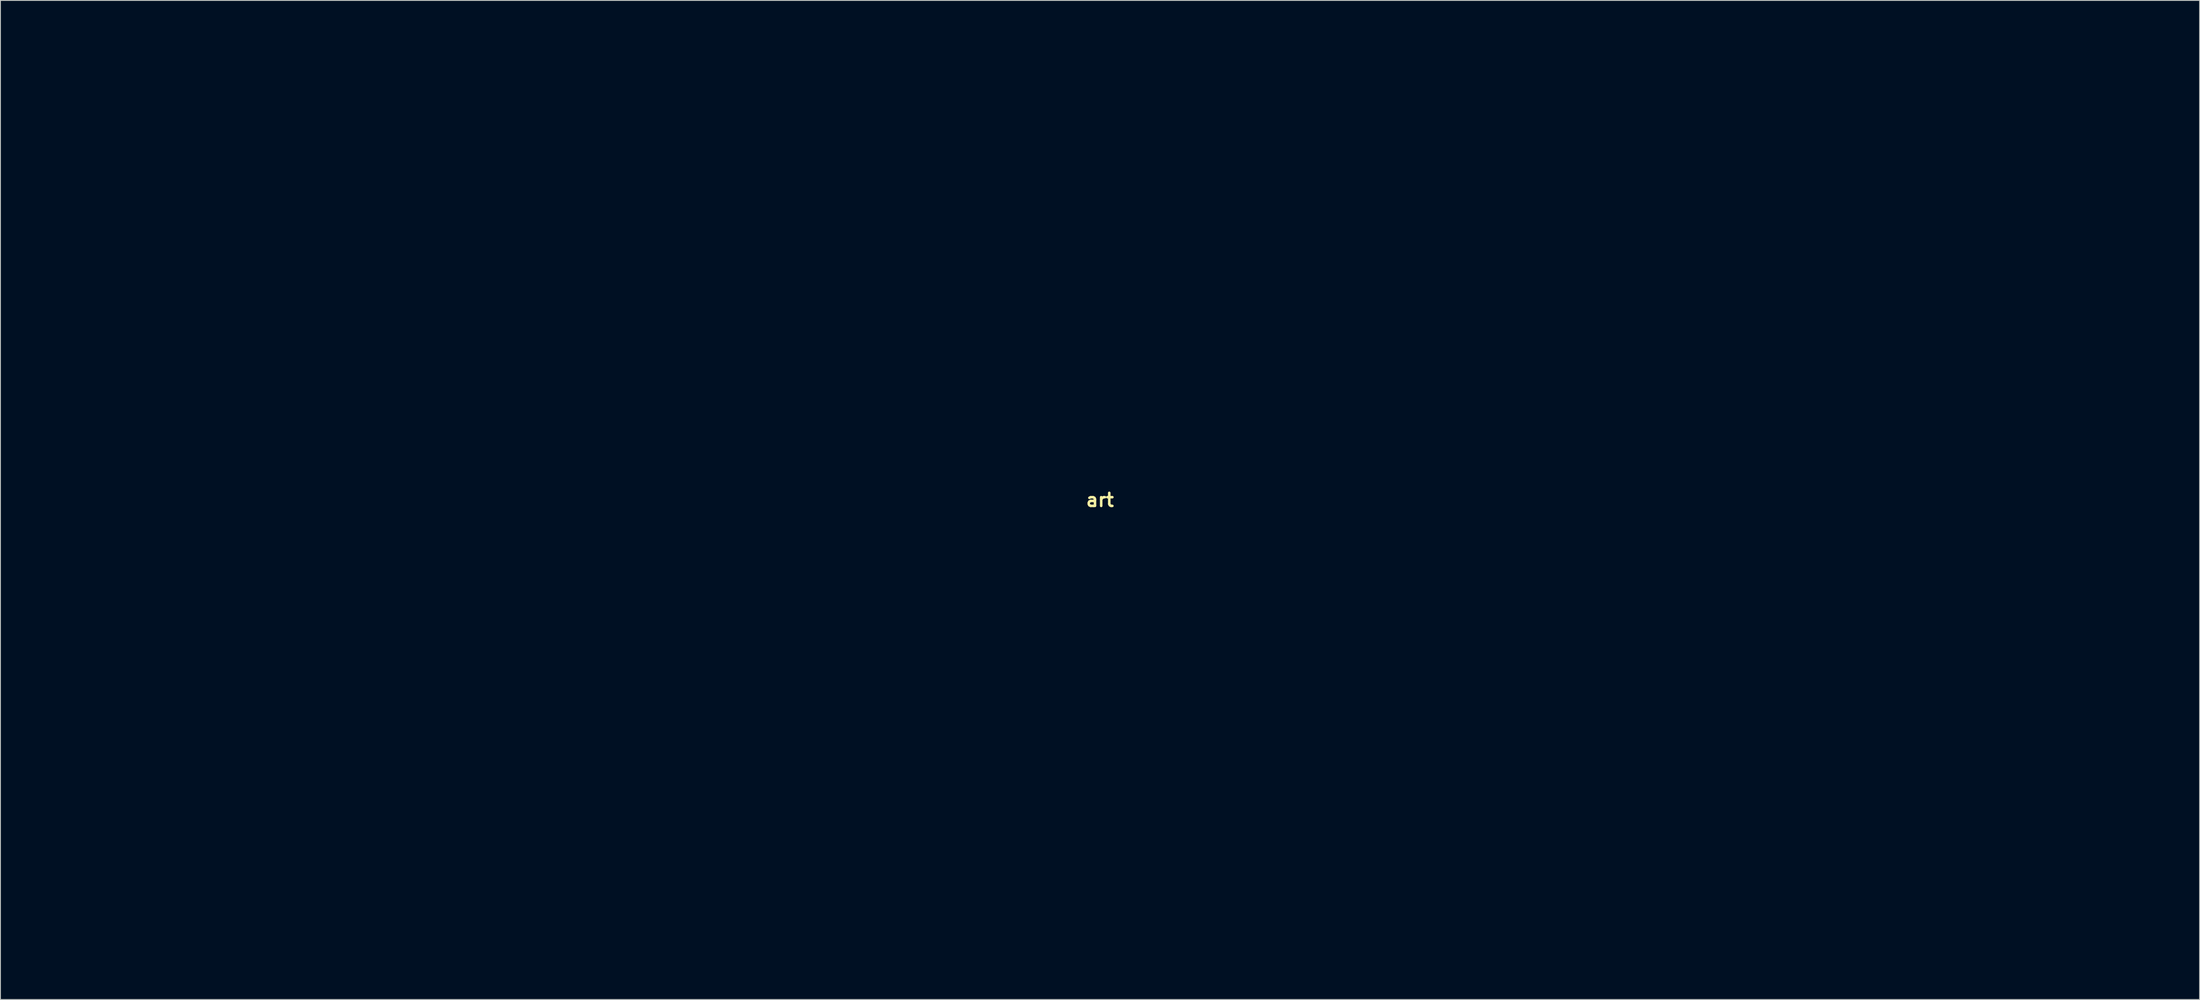
<source format=kicad_pcb>
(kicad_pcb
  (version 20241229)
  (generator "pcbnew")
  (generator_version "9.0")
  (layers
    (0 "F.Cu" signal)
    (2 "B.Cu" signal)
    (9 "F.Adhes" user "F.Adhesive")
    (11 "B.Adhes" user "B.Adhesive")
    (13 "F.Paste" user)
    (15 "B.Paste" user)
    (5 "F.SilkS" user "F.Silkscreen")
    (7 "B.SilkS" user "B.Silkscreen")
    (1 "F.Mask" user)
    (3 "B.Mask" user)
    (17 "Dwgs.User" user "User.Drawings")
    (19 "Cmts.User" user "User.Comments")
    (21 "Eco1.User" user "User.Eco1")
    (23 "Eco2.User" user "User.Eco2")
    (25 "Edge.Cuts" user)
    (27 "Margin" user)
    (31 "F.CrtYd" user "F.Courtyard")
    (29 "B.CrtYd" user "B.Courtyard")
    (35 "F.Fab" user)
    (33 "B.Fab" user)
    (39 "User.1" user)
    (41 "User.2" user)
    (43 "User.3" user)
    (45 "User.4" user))
  (footprint "art"
    (layer "F.Cu")
    (at 125.518 55.424)
    (property "Reference" "art" (at 0 0 0) (layer "F.SilkS") (effects (font (size 1.524 1.524) (thickness 0.3))))
    (attr board_only exclude_from_pos_files exclude_from_bom)
    (fp_poly (pts (xy 87.764 -55.405) (xy 89.878 -55.339) (xy 91.936 -55.227) (xy 93.935 -55.068) (xy 95.874 -54.862) (xy 97.752 -54.61) (xy 99.567 -54.311) (xy 101.319 -53.965) (xy 103.005 -53.573) (xy 104.624 -53.135) (xy 106.176 -52.65) (xy 107.643 -52.124) (xy 109.046 -51.552) (xy 110.379 -50.937) (xy 111.644 -50.279) (xy 112.846 -49.573) (xy 113.987 -48.82) (xy 115.071 -48.016) (xy 115.869 -47.361) (xy 116.39 -46.895) (xy 116.935 -46.373) (xy 117.487 -45.812) (xy 118.032 -45.228) (xy 118.551 -44.64) (xy 119.029 -44.065) (xy 119.212 -43.832) (xy 120.077 -42.649) (xy 120.88 -41.407) (xy 121.623 -40.108) (xy 122.303 -38.755) (xy 122.921 -37.349) (xy 123.476 -35.891) (xy 123.966 -34.384) (xy 124.392 -32.828) (xy 124.753 -31.226) (xy 125.048 -29.58) (xy 125.277 -27.89) (xy 125.283 -27.838) (xy 125.34 -27.315) (xy 125.388 -26.836) (xy 125.428 -26.386) (xy 125.461 -25.953) (xy 125.486 -25.521) (xy 125.505 -25.077) (xy 125.519 -24.605) (xy 125.528 -24.092) (xy 125.533 -23.523) (xy 125.535 -22.885) (xy 125.535 -22.856) (xy 125.535 -22.286) (xy 125.533 -21.786) (xy 125.528 -21.344) (xy 125.52 -20.943) (xy 125.508 -20.571) (xy 125.493 -20.213) (xy 125.472 -19.855) (xy 125.447 -19.483) (xy 125.415 -19.082) (xy 125.377 -18.639) (xy 125.364 -18.488) (xy 125.175 -16.717) (xy 124.924 -14.955) (xy 124.613 -13.205) (xy 124.243 -11.473) (xy 123.817 -9.765) (xy 123.336 -8.085) (xy 122.803 -6.437) (xy 122.218 -4.828) (xy 121.583 -3.262) (xy 120.901 -1.744) (xy 120.173 -0.279) (xy 119.401 1.128) (xy 118.587 2.473) (xy 117.732 3.749) (xy 117.205 4.474) (xy 116.826 4.971) (xy 116.474 5.414) (xy 116.131 5.825) (xy 115.781 6.222) (xy 115.407 6.625) (xy 114.991 7.053) (xy 114.853 7.192) (xy 114.079 7.938) (xy 113.313 8.612) (xy 112.541 9.223) (xy 111.749 9.783) (xy 110.923 10.3) (xy 110.048 10.785) (xy 109.19 11.211) (xy 108.109 11.677) (xy 106.972 12.083) (xy 105.782 12.428) (xy 104.545 12.713) (xy 103.265 12.935) (xy 101.946 13.094) (xy 100.593 13.189) (xy 99.21 13.219) (xy 98.025 13.194) (xy 97.251 13.157) (xy 96.483 13.108) (xy 95.715 13.045) (xy 94.942 12.968) (xy 94.158 12.876) (xy 93.358 12.768) (xy 92.536 12.643) (xy 91.686 12.499) (xy 90.803 12.336) (xy 89.881 12.153) (xy 88.914 11.948) (xy 87.897 11.722) (xy 86.824 11.472) (xy 85.689 11.197) (xy 84.487 10.897) (xy 83.212 10.571) (xy 82.836 10.474) (xy 81.886 10.228) (xy 81.012 10.003) (xy 80.21 9.799) (xy 79.474 9.614) (xy 78.798 9.447) (xy 78.178 9.297) (xy 77.608 9.162) (xy 77.084 9.042) (xy 76.599 8.935) (xy 76.15 8.839) (xy 75.729 8.755) (xy 75.333 8.68) (xy 74.956 8.613) (xy 74.593 8.554) (xy 74.417 8.527) (xy 73.409 8.398) (xy 72.461 8.327) (xy 71.57 8.314) (xy 70.734 8.358) (xy 69.951 8.461) (xy 69.216 8.621) (xy 68.529 8.841) (xy 67.886 9.12) (xy 67.666 9.234) (xy 67.058 9.609) (xy 66.469 10.062) (xy 65.904 10.591) (xy 65.367 11.189) (xy 64.862 11.852) (xy 64.394 12.576) (xy 64.391 12.581) (xy 64.181 12.943) (xy 63.977 13.313) (xy 63.777 13.699) (xy 63.576 14.105) (xy 63.375 14.537) (xy 63.169 15.002) (xy 62.957 15.504) (xy 62.736 16.05) (xy 62.504 16.645) (xy 62.258 17.295) (xy 61.997 18.006) (xy 61.717 18.783) (xy 61.417 19.633) (xy 61.231 20.163) (xy 60.904 21.097) (xy 60.601 21.958) (xy 60.318 22.752) (xy 60.053 23.486) (xy 59.804 24.168) (xy 59.566 24.805) (xy 59.339 25.403) (xy 59.119 25.971) (xy 58.904 26.514) (xy 58.69 27.04) (xy 58.475 27.557) (xy 58.257 28.07) (xy 58.092 28.453) (xy 57.245 30.314) (xy 56.332 32.164) (xy 55.356 33.995) (xy 54.323 35.801) (xy 53.237 37.572) (xy 52.103 39.304) (xy 50.926 40.986) (xy 49.711 42.613) (xy 48.462 44.177) (xy 47.185 45.67) (xy 46.495 46.432) (xy 46.236 46.709) (xy 45.933 47.024) (xy 45.597 47.367) (xy 45.24 47.726) (xy 44.874 48.089) (xy 44.511 48.446) (xy 44.161 48.784) (xy 43.837 49.092) (xy 43.55 49.359) (xy 43.358 49.533) (xy 42.278 50.456) (xy 41.212 51.299) (xy 40.158 52.061) (xy 39.114 52.746) (xy 38.077 53.353) (xy 37.045 53.886) (xy 36.015 54.345) (xy 35.704 54.469) (xy 34.701 54.821) (xy 33.708 55.092) (xy 32.727 55.282) (xy 31.76 55.391) (xy 30.809 55.419) (xy 29.875 55.366) (xy 28.959 55.231) (xy 28.065 55.016) (xy 27.192 54.719) (xy 27.188 54.717) (xy 26.393 54.373) (xy 25.594 53.964) (xy 24.788 53.486) (xy 23.971 52.938) (xy 23.14 52.318) (xy 22.294 51.624) (xy 21.428 50.854) (xy 20.539 50.005) (xy 20.418 49.884) (xy 20.064 49.529) (xy 19.716 49.172) (xy 19.369 48.81) (xy 19.02 48.437) (xy 18.664 48.049) (xy 18.297 47.641) (xy 17.916 47.209) (xy 17.516 46.748) (xy 17.094 46.254) (xy 16.645 45.721) (xy 16.165 45.145) (xy 15.651 44.522) (xy 15.099 43.847) (xy 14.503 43.116) (xy 13.862 42.323) (xy 13.654 42.065) (xy 13.075 41.348) (xy 12.544 40.693) (xy 12.057 40.094) (xy 11.61 39.547) (xy 11.198 39.046) (xy 10.816 38.587) (xy 10.461 38.164) (xy 10.129 37.771) (xy 9.814 37.405) (xy 9.514 37.06) (xy 9.222 36.73) (xy 8.936 36.412) (xy 8.651 36.099) (xy 8.362 35.786) (xy 8.221 35.635) (xy 7.43 34.816) (xy 6.666 34.075) (xy 5.925 33.411) (xy 5.207 32.821) (xy 4.508 32.305) (xy 3.827 31.86) (xy 3.161 31.485) (xy 2.947 31.378) (xy 2.42 31.136) (xy 1.935 30.948) (xy 1.475 30.81) (xy 1.022 30.716) (xy 0.556 30.662) (xy 0.06 30.643) (xy 0.021 30.643) (xy -0.491 30.661) (xy -0.974 30.716) (xy -1.444 30.814) (xy -1.921 30.959) (xy -2.424 31.156) (xy -2.905 31.378) (xy -3.493 31.689) (xy -4.091 32.053) (xy -4.703 32.474) (xy -5.33 32.952) (xy -5.976 33.492) (xy -6.643 34.096) (xy -7.336 34.765) (xy -8.056 35.504) (xy -8.807 36.314) (xy -9.566 37.167) (xy -9.847 37.492) (xy -10.143 37.838) (xy -10.458 38.21) (xy -10.795 38.613) (xy -11.16 39.052) (xy -11.555 39.532) (xy -11.986 40.058) (xy -12.455 40.635) (xy -12.969 41.269) (xy -13.53 41.963) (xy -13.612 42.065) (xy -14.086 42.652) (xy -14.513 43.18) (xy -14.897 43.654) (xy -15.245 44.082) (xy -15.561 44.469) (xy -15.85 44.822) (xy -16.119 45.148) (xy -16.373 45.452) (xy -16.616 45.743) (xy -16.854 46.025) (xy -17.093 46.305) (xy -17.256 46.496) (xy -18.197 47.574) (xy -19.108 48.574) (xy -19.993 49.5) (xy -20.852 50.351) (xy -21.689 51.13) (xy -22.506 51.839) (xy -23.304 52.478) (xy -24.086 53.05) (xy -24.854 53.556) (xy -25.611 53.999) (xy -26.358 54.378) (xy -27.099 54.697) (xy -27.834 54.957) (xy -28.566 55.158) (xy -29.299 55.304) (xy -29.386 55.318) (xy -29.56 55.338) (xy -29.797 55.357) (xy -30.081 55.374) (xy -30.393 55.388) (xy -30.717 55.399) (xy -31.033 55.406) (xy -31.325 55.409) (xy -31.576 55.408) (xy -31.766 55.401) (xy -31.824 55.396) (xy -32.707 55.28) (xy -33.553 55.118) (xy -34.387 54.902) (xy -35.232 54.626) (xy -35.789 54.417) (xy -36.837 53.964) (xy -37.896 53.428) (xy -38.967 52.808) (xy -40.047 52.105) (xy -41.138 51.319) (xy -42.239 50.451) (xy -43.348 49.5) (xy -43.634 49.244) (xy -43.919 48.979) (xy -44.25 48.663) (xy -44.613 48.309) (xy -44.997 47.927) (xy -45.391 47.531) (xy -45.781 47.131) (xy -46.157 46.741) (xy -46.506 46.373) (xy -46.817 46.038) (xy -46.999 45.835) (xy -39.08 45.835) (xy -39.028 46.397) (xy -38.898 46.958) (xy -38.691 47.514) (xy -38.41 48.059) (xy -38.057 48.588) (xy -37.632 49.095) (xy -37.552 49.18) (xy -36.977 49.716) (xy -36.348 50.189) (xy -35.67 50.596) (xy -34.946 50.934) (xy -34.182 51.202) (xy -33.382 51.398) (xy -32.906 51.477) (xy -32.676 51.498) (xy -32.383 51.508) (xy -32.05 51.509) (xy -31.696 51.5) (xy -31.344 51.482) (xy -31.016 51.457) (xy -30.731 51.425) (xy -30.561 51.397) (xy -29.795 51.201) (xy -29.058 50.925) (xy -28.352 50.571) (xy -27.678 50.14) (xy -27.038 49.632) (xy -26.81 49.425) (xy -26.658 49.28) (xy -26.553 49.17) (xy -26.481 49.073) (xy -26.427 48.967) (xy -26.377 48.827) (xy -26.332 48.686) (xy -26.245 48.394) (xy -26.143 48.022) (xy -26.027 47.575) (xy -25.899 47.057) (xy -25.758 46.472) (xy -25.606 45.823) (xy -25.444 45.116) (xy -25.273 44.354) (xy -25.092 43.541) (xy -24.904 42.682) (xy -24.71 41.779) (xy -24.509 40.838) (xy -24.303 39.863) (xy -24.094 38.857) (xy -23.95 38.16) (xy -20.485 38.16) (xy -20.483 38.855) (xy -20.475 39.489) (xy -20.461 40.054) (xy -20.441 40.544) (xy -20.437 40.626) (xy -20.399 41.168) (xy -20.351 41.653) (xy -20.294 42.077) (xy -20.228 42.436) (xy -20.155 42.725) (xy -20.075 42.938) (xy -19.989 43.073) (xy -19.968 43.093) (xy -19.841 43.149) (xy -19.658 43.165) (xy -19.435 43.141) (xy -19.197 43.08) (xy -18.837 42.927) (xy -18.45 42.7) (xy -18.038 42.405) (xy -17.607 42.045) (xy -17.159 41.627) (xy -16.7 41.154) (xy -16.234 40.632) (xy -15.763 40.065) (xy -15.293 39.459) (xy -14.828 38.818) (xy -14.371 38.146) (xy -13.926 37.45) (xy -13.498 36.734) (xy -13.091 36.002) (xy -12.761 35.365) (xy -12.436 34.696) (xy -12.162 34.081) (xy -11.932 33.509) (xy -11.745 32.968) (xy -11.596 32.446) (xy -11.482 31.931) (xy -11.399 31.413) (xy -11.346 30.913) (xy -11.295 30.272) (xy -11.241 29.552) (xy -11.186 28.757) (xy -11.129 27.894) (xy -11.07 26.968) (xy -11.011 25.984) (xy -10.95 24.947) (xy -10.889 23.863) (xy -10.881 23.714) (xy -9.561 23.714) (xy -9.561 24.219) (xy -9.559 24.711) (xy -9.555 25.18) (xy -9.549 25.616) (xy -9.541 26.007) (xy -9.531 26.345) (xy -9.52 26.617) (xy -9.507 26.799) (xy -9.439 27.463) (xy -9.359 28.047) (xy -9.268 28.553) (xy -9.165 28.987) (xy -9.049 29.351) (xy -8.969 29.544) (xy -8.801 29.82) (xy -8.565 30.079) (xy -8.277 30.308) (xy -7.954 30.496) (xy -7.612 30.629) (xy -7.421 30.675) (xy -7.245 30.691) (xy -7.013 30.688) (xy -6.75 30.668) (xy -6.48 30.635) (xy -6.23 30.589) (xy -6.085 30.553) (xy -5.59 30.379) (xy -5.059 30.132) (xy -4.495 29.813) (xy -3.902 29.426) (xy -3.283 28.972) (xy -2.641 28.452) (xy -2.014 27.903) (xy -1.699 27.613) (xy -1.442 27.369) (xy -1.236 27.163) (xy -1.074 26.988) (xy -0.948 26.835) (xy -0.853 26.697) (xy -0.78 26.566) (xy -0.761 26.524) (xy -0.628 26.172) (xy -0.514 25.74) (xy -0.419 25.23) (xy -0.341 24.646) (xy -0.282 23.99) (xy -0.242 23.265) (xy -0.22 22.473) (xy -0.217 21.619) (xy -0.226 21.065) (xy 0.283 21.065) (xy 0.292 22.064) (xy 0.301 22.411) (xy 0.338 23.261) (xy 0.393 24.031) (xy 0.468 24.721) (xy 0.562 25.333) (xy 0.676 25.87) (xy 0.81 26.332) (xy 0.964 26.721) (xy 1.029 26.853) (xy 1.134 27.015) (xy 1.3 27.219) (xy 1.516 27.457) (xy 1.776 27.721) (xy 2.069 28.002) (xy 2.388 28.292) (xy 2.724 28.583) (xy 3.069 28.867) (xy 3.413 29.136) (xy 3.416 29.138) (xy 4.097 29.628) (xy 4.757 30.054) (xy 5.393 30.411) (xy 5.999 30.7) (xy 6.573 30.917) (xy 7.108 31.061) (xy 7.375 31.099) (xy 7.671 31.111) (xy 7.968 31.1) (xy 8.241 31.066) (xy 8.462 31.01) (xy 8.481 31.003) (xy 8.778 30.854) (xy 9.047 30.643) (xy 9.289 30.369) (xy 9.507 30.03) (xy 9.7 29.622) (xy 9.869 29.143) (xy 10.017 28.59) (xy 10.143 27.962) (xy 10.25 27.255) (xy 10.313 26.715) (xy 10.33 26.491) (xy 10.344 26.195) (xy 10.355 25.838) (xy 10.362 25.432) (xy 10.366 24.988) (xy 10.367 24.519) (xy 10.365 24.036) (xy 10.36 23.551) (xy 10.352 23.076) (xy 10.341 22.623) (xy 10.327 22.204) (xy 10.311 21.83) (xy 10.291 21.514) (xy 10.29 21.499) (xy 10.129 19.674) (xy 9.92 17.819) (xy 9.666 15.953) (xy 9.369 14.098) (xy 9.034 12.275) (xy 8.662 10.503) (xy 8.54 9.965) (xy 8.363 9.227) (xy 8.185 8.531) (xy 8.009 7.882) (xy 7.834 7.284) (xy 7.663 6.741) (xy 7.497 6.258) (xy 7.338 5.84) (xy 7.187 5.49) (xy 7.046 5.214) (xy 6.916 5.016) (xy 6.871 4.963) (xy 6.784 4.878) (xy 6.708 4.842) (xy 6.605 4.841) (xy 6.54 4.849) (xy 6.331 4.901) (xy 6.073 5.009) (xy 5.774 5.167) (xy 5.443 5.368) (xy 5.09 5.607) (xy 4.723 5.878) (xy 4.352 6.176) (xy 4.028 6.455) (xy 3.677 6.779) (xy 3.329 7.118) (xy 2.994 7.463) (xy 2.678 7.804) (xy 2.392 8.132) (xy 2.142 8.438) (xy 1.937 8.712) (xy 1.786 8.945) (xy 1.739 9.031) (xy 1.614 9.321) (xy 1.493 9.684) (xy 1.375 10.124) (xy 1.276 10.566) (xy 1.105 11.458) (xy 0.947 12.421) (xy 0.803 13.441) (xy 0.675 14.505) (xy 0.562 15.599) (xy 0.467 16.711) (xy 0.391 17.827) (xy 0.334 18.934) (xy 0.298 20.018) (xy 0.283 21.065) (xy -0.226 21.065) (xy -0.233 20.703) (xy -0.268 19.73) (xy -0.322 18.702) (xy -0.395 17.621) (xy -0.405 17.492) (xy -0.47 16.694) (xy -0.544 15.891) (xy -0.626 15.089) (xy -0.714 14.298) (xy -0.807 13.526) (xy -0.905 12.781) (xy -1.006 12.07) (xy -1.109 11.402) (xy -1.213 10.785) (xy -1.317 10.227) (xy -1.42 9.737) (xy -1.52 9.322) (xy -1.533 9.273) (xy -1.656 8.948) (xy -1.857 8.595) (xy -2.137 8.214) (xy -2.492 7.806) (xy -2.924 7.373) (xy -3.239 7.084) (xy -3.677 6.708) (xy -4.112 6.36) (xy -4.54 6.044) (xy -4.954 5.762) (xy -5.35 5.518) (xy -5.722 5.314) (xy -6.064 5.152) (xy -6.37 5.037) (xy -6.637 4.97) (xy -6.857 4.955) (xy -7.026 4.994) (xy -7.112 5.057) (xy -7.237 5.233) (xy -7.364 5.49) (xy -7.493 5.824) (xy -7.624 6.231) (xy -7.756 6.707) (xy -7.888 7.248) (xy -8.02 7.851) (xy -8.151 8.512) (xy -8.28 9.226) (xy -8.407 9.99) (xy -8.532 10.8) (xy -8.653 11.652) (xy -8.77 12.543) (xy -8.883 13.467) (xy -8.991 14.422) (xy -9.093 15.403) (xy -9.189 16.407) (xy -9.278 17.43) (xy -9.36 18.467) (xy -9.433 19.516) (xy -9.498 20.571) (xy -9.506 20.714) (xy -9.52 21.013) (xy -9.532 21.372) (xy -9.542 21.781) (xy -9.55 22.231) (xy -9.555 22.71) (xy -9.559 23.208) (xy -9.561 23.714) (xy -10.881 23.714) (xy -10.827 22.737) (xy -10.766 21.574) (xy -10.704 20.381) (xy -10.643 19.161) (xy -10.582 17.921) (xy -10.523 16.666) (xy -10.464 15.401) (xy -10.408 14.131) (xy -10.352 12.863) (xy -10.299 11.601) (xy -10.248 10.351) (xy -10.2 9.117) (xy -10.155 7.906) (xy -10.112 6.723) (xy -10.073 5.573) (xy -10.051 4.898) (xy -10.031 4.202) (xy -10.012 3.474) (xy -9.995 2.719) (xy -9.98 1.945) (xy -9.967 1.157) (xy -9.956 0.361) (xy -9.946 -0.436) (xy -9.939 -1.228) (xy -9.933 -2.008) (xy -9.93 -2.771) (xy -9.928 -3.51) (xy -9.929 -4.219) (xy -9.932 -4.891) (xy -9.936 -5.521) (xy -9.943 -6.102) (xy -9.952 -6.628) (xy -9.963 -7.092) (xy -9.977 -7.488) (xy -9.992 -7.811) (xy -10.004 -7.993) (xy -10.053 -8.529) (xy -10.104 -8.983) (xy -10.158 -9.358) (xy -10.217 -9.658) (xy -10.28 -9.885) (xy -10.348 -10.043) (xy -10.385 -10.097) (xy -10.445 -10.164) (xy -10.49 -10.169) (xy -10.557 -10.115) (xy -10.557 -10.115) (xy -10.656 -9.996) (xy -10.779 -9.798) (xy -10.926 -9.52) (xy -11.096 -9.162) (xy -11.292 -8.723) (xy -11.511 -8.205) (xy -11.754 -7.606) (xy -12.022 -6.927) (xy -12.314 -6.167) (xy -12.63 -5.327) (xy -12.97 -4.406) (xy -13.335 -3.405) (xy -13.724 -2.323) (xy -14.138 -1.159) (xy -14.576 0.085) (xy -15.039 1.41) (xy -15.315 2.205) (xy -15.416 2.497) (xy -15.54 2.859) (xy -15.686 3.283) (xy -15.849 3.757) (xy -16.026 4.273) (xy -16.214 4.821) (xy -16.409 5.39) (xy -16.609 5.972) (xy -16.809 6.557) (xy -17.006 7.135) (xy -17.075 7.336) (xy -17.26 7.876) (xy -17.44 8.404) (xy -17.614 8.911) (xy -17.779 9.392) (xy -17.933 9.839) (xy -18.073 10.245) (xy -18.197 10.604) (xy -18.302 10.908) (xy -18.386 11.151) (xy -18.448 11.326) (xy -18.476 11.407) (xy -18.546 11.604) (xy -18.604 11.783) (xy -18.653 11.958) (xy -18.696 12.141) (xy -18.735 12.347) (xy -18.774 12.59) (xy -18.815 12.882) (xy -18.861 13.239) (xy -18.886 13.442) (xy -18.971 14.155) (xy -19.057 14.945) (xy -19.146 15.804) (xy -19.236 16.726) (xy -19.327 17.703) (xy -19.418 18.728) (xy -19.509 19.792) (xy -19.599 20.889) (xy -19.688 22.011) (xy -19.774 23.15) (xy -19.858 24.3) (xy -19.938 25.452) (xy -20.015 26.599) (xy -20.088 27.734) (xy -20.155 28.85) (xy -20.217 29.938) (xy -20.273 30.991) (xy -20.322 32.002) (xy -20.332 32.206) (xy -20.37 33.122) (xy -20.404 34.028) (xy -20.432 34.917) (xy -20.454 35.783) (xy -20.47 36.616) (xy -20.48 37.411) (xy -20.485 38.16) (xy -23.95 38.16) (xy -23.88 37.824) (xy -23.665 36.769) (xy -23.448 35.696) (xy -23.23 34.609) (xy -23.013 33.511) (xy -22.836 32.609) (xy -22.543 31.098) (xy -22.263 29.636) (xy -21.998 28.226) (xy -21.746 26.868) (xy -21.508 25.564) (xy -21.285 24.317) (xy -21.077 23.128) (xy -20.885 22) (xy -20.707 20.933) (xy -20.546 19.93) (xy -20.4 18.993) (xy -20.271 18.123) (xy -20.159 17.322) (xy -20.063 16.592) (xy -19.985 15.936) (xy -19.924 15.354) (xy -19.881 14.849) (xy -19.857 14.422) (xy -19.85 14.076) (xy -19.852 13.987) (xy -19.864 13.744) (xy -19.887 13.576) (xy -19.926 13.47) (xy -19.987 13.417) (xy -20.076 13.406) (xy -20.15 13.416) (xy -20.358 13.485) (xy -20.612 13.626) (xy -20.913 13.836) (xy -21.26 14.117) (xy -21.654 14.467) (xy -22.093 14.888) (xy -22.579 15.377) (xy -23.109 15.936) (xy -23.686 16.565) (xy -24.307 17.262) (xy -24.974 18.027) (xy -25.685 18.862) (xy -26.208 19.485) (xy -26.665 20.033) (xy -27.07 20.52) (xy -27.426 20.95) (xy -27.737 21.327) (xy -28.006 21.656) (xy -28.236 21.939) (xy -28.429 22.181) (xy -28.59 22.385) (xy -28.721 22.556) (xy -28.825 22.698) (xy -28.905 22.814) (xy -28.966 22.908) (xy -28.972 22.917) (xy -29.086 23.117) (xy -29.233 23.389) (xy -29.411 23.729) (xy -29.618 24.132) (xy -29.85 24.592) (xy -30.106 25.106) (xy -30.384 25.669) (xy -30.681 26.275) (xy -30.995 26.921) (xy -31.322 27.6) (xy -31.662 28.31) (xy -32.012 29.044) (xy -32.369 29.798) (xy -32.555 30.192) (xy -33.046 31.238) (xy -33.528 32.272) (xy -33.999 33.289) (xy -34.459 34.287) (xy -34.905 35.262) (xy -35.336 36.21) (xy -35.75 37.128) (xy -36.147 38.012) (xy -36.524 38.86) (xy -36.88 39.668) (xy -37.214 40.433) (xy -37.523 41.15) (xy -37.808 41.818) (xy -38.065 42.431) (xy -38.294 42.988) (xy -38.493 43.484) (xy -38.661 43.916) (xy -38.795 44.281) (xy -38.896 44.576) (xy -38.944 44.736) (xy -39.053 45.28) (xy -39.08 45.835) (xy -46.999 45.835) (xy -47.034 45.796) (xy -48.402 44.195) (xy -49.733 42.524) (xy -51.022 40.789) (xy -52.263 38.999) (xy -53.452 37.162) (xy -54.585 35.284) (xy -55.359 33.902) (xy -52.131 33.902) (xy -52.107 34.475) (xy -52.035 35.023) (xy -51.912 35.568) (xy -51.733 36.129) (xy -51.522 36.661) (xy -51.163 37.403) (xy -50.727 38.142) (xy -50.223 38.87) (xy -49.657 39.578) (xy -49.039 40.259) (xy -48.375 40.904) (xy -47.675 41.506) (xy -46.945 42.055) (xy -46.194 42.544) (xy -45.429 42.964) (xy -45.415 42.971) (xy -44.831 43.24) (xy -44.294 43.443) (xy -43.8 43.58) (xy -43.344 43.652) (xy -42.923 43.661) (xy -42.558 43.613) (xy -42.333 43.553) (xy -42.135 43.468) (xy -41.953 43.35) (xy -41.776 43.188) (xy -41.593 42.973) (xy -41.391 42.695) (xy -41.281 42.531) (xy -41.045 42.16) (xy -40.785 41.732) (xy -40.502 41.242) (xy -40.194 40.69) (xy -39.859 40.072) (xy -39.496 39.386) (xy -39.104 38.63) (xy -38.681 37.8) (xy -38.226 36.895) (xy -38.224 36.891) (xy -37.722 35.878) (xy -37.222 34.858) (xy -36.728 33.837) (xy -36.243 32.82) (xy -35.768 31.812) (xy -35.305 30.819) (xy -34.859 29.846) (xy -34.429 28.898) (xy -34.02 27.981) (xy -33.633 27.1) (xy -33.271 26.26) (xy -32.936 25.466) (xy -32.63 24.725) (xy -32.357 24.04) (xy -32.118 23.418) (xy -31.915 22.863) (xy -31.853 22.686) (xy -31.612 21.986) (xy -31.624 20.884) (xy -31.641 19.834) (xy -31.668 18.847) (xy -31.705 17.926) (xy -31.752 17.072) (xy -31.809 16.289) (xy -31.875 15.578) (xy -31.951 14.942) (xy -32.035 14.383) (xy -32.129 13.903) (xy -32.232 13.505) (xy -32.25 13.446) (xy -32.346 13.186) (xy -32.457 12.965) (xy -32.574 12.796) (xy -32.689 12.692) (xy -32.723 12.676) (xy -32.89 12.656) (xy -33.108 12.702) (xy -33.379 12.816) (xy -33.702 12.996) (xy -34.078 13.243) (xy -34.505 13.556) (xy -34.985 13.937) (xy -35.516 14.384) (xy -36.1 14.898) (xy -36.552 15.309) (xy -36.74 15.485) (xy -36.98 15.715) (xy -37.264 15.99) (xy -37.585 16.305) (xy -37.936 16.65) (xy -38.308 17.019) (xy -38.696 17.405) (xy -39.09 17.8) (xy -39.485 18.196) (xy -39.872 18.586) (xy -40.245 18.964) (xy -40.594 19.321) (xy -40.915 19.65) (xy -41.198 19.944) (xy -41.347 20.1) (xy -41.827 20.607) (xy -42.357 21.171) (xy -42.931 21.786) (xy -43.544 22.444) (xy -44.189 23.141) (xy -44.861 23.868) (xy -45.553 24.621) (xy -46.261 25.391) (xy -46.977 26.173) (xy -47.696 26.961) (xy -48.412 27.747) (xy -49.119 28.526) (xy -49.81 29.291) (xy -50.482 30.035) (xy -50.71 30.289) (xy -51.146 30.826) (xy -51.5 31.376) (xy -51.773 31.943) (xy -51.968 32.534) (xy -52.087 33.154) (xy -52.131 33.806) (xy -52.131 33.902) (xy -55.359 33.902) (xy -55.655 33.374) (xy -56.659 31.439) (xy -57.592 29.487) (xy -57.996 28.584) (xy -58.23 28.042) (xy -58.464 27.489) (xy -58.698 26.918) (xy -58.937 26.322) (xy -59.182 25.695) (xy -59.436 25.03) (xy -59.702 24.32) (xy -59.982 23.557) (xy -60.28 22.736) (xy -60.596 21.849) (xy -60.935 20.89) (xy -61.019 20.651) (xy -61.078 20.484) (xy -58.176 20.484) (xy -58.158 21.099) (xy -58.09 21.743) (xy -57.971 22.41) (xy -57.802 23.094) (xy -57.775 23.189) (xy -57.493 24.027) (xy -57.149 24.825) (xy -56.749 25.569) (xy -56.52 25.934) (xy -56.317 26.214) (xy -56.077 26.505) (xy -55.814 26.792) (xy -55.544 27.059) (xy -55.281 27.293) (xy -55.04 27.477) (xy -54.928 27.549) (xy -54.721 27.658) (xy -54.478 27.767) (xy -54.229 27.864) (xy -54.007 27.936) (xy -53.917 27.959) (xy -53.737 27.98) (xy -53.505 27.984) (xy -53.248 27.972) (xy -52.998 27.945) (xy -52.784 27.905) (xy -52.772 27.902) (xy -52.41 27.784) (xy -52.047 27.613) (xy -51.666 27.381) (xy -51.382 27.178) (xy -51.003 26.884) (xy -50.568 26.531) (xy -50.082 26.123) (xy -49.546 25.663) (xy -48.965 25.154) (xy -48.341 24.598) (xy -47.678 23.998) (xy -46.978 23.358) (xy -46.246 22.681) (xy -45.485 21.969) (xy -44.697 21.226) (xy -43.885 20.454) (xy -43.054 19.657) (xy -42.206 18.838) (xy -41.344 17.998) (xy -40.472 17.143) (xy -39.593 16.273) (xy -38.712 15.396) (xy -37.993 14.674) (xy -37.333 14.009) (xy -36.73 13.397) (xy -36.184 12.837) (xy -35.69 12.327) (xy -35.249 11.863) (xy -34.856 11.445) (xy -34.511 11.069) (xy -34.212 10.733) (xy -33.956 10.436) (xy -33.741 10.174) (xy -33.566 9.947) (xy -33.427 9.75) (xy -33.324 9.583) (xy -33.255 9.444) (xy -33.224 9.359) (xy -33.09 8.842) (xy -32.967 8.258) (xy -32.856 7.622) (xy -32.76 6.95) (xy -32.682 6.26) (xy -32.623 5.567) (xy -32.586 4.888) (xy -32.578 4.635) (xy -32.575 4.009) (xy -32.598 3.45) (xy -32.646 2.96) (xy -32.719 2.54) (xy -32.817 2.193) (xy -32.938 1.921) (xy -33.083 1.725) (xy -33.251 1.607) (xy -33.434 1.569) (xy -33.591 1.595) (xy -33.814 1.671) (xy -34.101 1.797) (xy -34.452 1.972) (xy -34.863 2.195) (xy -35.335 2.465) (xy -35.866 2.78) (xy -36.453 3.141) (xy -37.097 3.546) (xy -37.794 3.994) (xy -38.545 4.484) (xy -39.347 5.015) (xy -40.199 5.586) (xy -41.099 6.197) (xy -42.046 6.846) (xy -43.039 7.532) (xy -44.076 8.255) (xy -45.156 9.013) (xy -46.278 9.805) (xy -47.439 10.632) (xy -48.638 11.49) (xy -49.875 12.381) (xy -51.097 13.266) (xy -51.961 13.893) (xy -52.757 14.473) (xy -53.486 15.006) (xy -54.15 15.494) (xy -54.75 15.936) (xy -55.288 16.335) (xy -55.764 16.691) (xy -56.181 17.005) (xy -56.539 17.279) (xy -56.841 17.512) (xy -57.086 17.708) (xy -57.277 17.865) (xy -57.416 17.986) (xy -57.502 18.072) (xy -57.522 18.096) (xy -57.751 18.461) (xy -57.931 18.888) (xy -58.062 19.373) (xy -58.144 19.907) (xy -58.176 20.484) (xy -61.078 20.484) (xy -61.238 20.027) (xy -61.432 19.477) (xy -61.604 18.991) (xy -61.755 18.564) (xy -61.89 18.187) (xy -62.01 17.853) (xy -62.118 17.555) (xy -62.217 17.285) (xy -62.31 17.036) (xy -62.4 16.801) (xy -62.488 16.571) (xy -62.578 16.341) (xy -62.643 16.177) (xy -63.01 15.279) (xy -63.371 14.46) (xy -63.729 13.714) (xy -64.088 13.035) (xy -64.451 12.417) (xy -64.821 11.855) (xy -65.201 11.343) (xy -65.595 10.875) (xy -65.957 10.495) (xy -66.522 9.982) (xy -67.105 9.547) (xy -67.665 9.215) (xy -62.115 9.215) (xy -62.085 10.007) (xy -62.002 10.801) (xy -61.865 11.584) (xy -61.764 12.016) (xy -61.585 12.636) (xy -61.381 13.199) (xy -61.156 13.704) (xy -60.912 14.146) (xy -60.651 14.524) (xy -60.376 14.834) (xy -60.089 15.074) (xy -59.793 15.241) (xy -59.491 15.332) (xy -59.185 15.345) (xy -58.877 15.276) (xy -58.814 15.251) (xy -58.733 15.211) (xy -58.588 15.133) (xy -58.378 15.015) (xy -58.104 14.859) (xy -57.764 14.662) (xy -57.358 14.426) (xy -56.886 14.149) (xy -56.345 13.831) (xy -55.736 13.472) (xy -55.059 13.071) (xy -54.312 12.628) (xy -53.494 12.143) (xy -52.605 11.614) (xy -51.645 11.043) (xy -51.324 10.852) (xy -49.763 9.919) (xy -48.269 9.023) (xy -46.844 8.164) (xy -45.488 7.341) (xy -44.2 6.556) (xy -42.982 5.807) (xy -41.833 5.096) (xy -40.754 4.423) (xy -39.745 3.787) (xy -38.807 3.189) (xy -37.939 2.629) (xy -37.143 2.108) (xy -36.418 1.626) (xy -35.765 1.182) (xy -35.184 0.777) (xy -34.675 0.411) (xy -34.238 0.085) (xy -33.875 -0.202) (xy -33.585 -0.448) (xy -33.369 -0.655) (xy -33.226 -0.822) (xy -33.164 -0.93) (xy -33.129 -1.047) (xy -33.109 -1.139) (xy -31.497 -1.139) (xy -31.496 -0.579) (xy -31.495 -0.034) (xy -31.491 0.488) (xy -31.487 0.979) (xy -31.48 1.432) (xy -31.473 1.837) (xy -31.467 2.057) (xy -31.432 3.219) (xy -31.393 4.372) (xy -31.35 5.511) (xy -31.303 6.635) (xy -31.253 7.739) (xy -31.199 8.819) (xy -31.142 9.873) (xy -31.082 10.898) (xy -31.02 11.889) (xy -30.955 12.843) (xy -30.889 13.757) (xy -30.82 14.628) (xy -30.751 15.452) (xy -30.68 16.226) (xy -30.608 16.946) (xy -30.536 17.609) (xy -30.463 18.211) (xy -30.39 18.75) (xy -30.317 19.222) (xy -30.245 19.622) (xy -30.173 19.949) (xy -30.102 20.199) (xy -30.033 20.367) (xy -30.021 20.388) (xy -29.956 20.476) (xy -29.88 20.514) (xy -29.758 20.523) (xy -29.758 20.523) (xy -29.614 20.505) (xy -29.443 20.461) (xy -29.342 20.425) (xy -29.07 20.289) (xy -28.751 20.089) (xy -28.39 19.826) (xy -27.989 19.505) (xy -27.551 19.129) (xy -27.081 18.702) (xy -26.582 18.226) (xy -26.057 17.705) (xy -25.51 17.142) (xy -24.944 16.541) (xy -24.362 15.905) (xy -23.769 15.238) (xy -23.167 14.542) (xy -22.668 13.951) (xy -22.18 13.36) (xy -21.736 12.809) (xy -21.338 12.3) (xy -20.989 11.839) (xy -20.693 11.428) (xy -20.451 11.072) (xy -20.332 10.883) (xy -20.242 10.714) (xy -20.132 10.471) (xy -20.003 10.16) (xy -19.859 9.789) (xy -19.766 9.537) (xy -19.59 9.058) (xy -19.411 8.574) (xy -19.228 8.08) (xy -19.037 7.571) (xy -18.838 7.042) (xy -18.628 6.49) (xy -18.406 5.909) (xy -18.17 5.294) (xy -17.918 4.642) (xy -17.648 3.947) (xy -17.359 3.205) (xy -17.05 2.411) (xy -16.717 1.561) (xy -16.359 0.649) (xy -15.975 -0.328) (xy -15.562 -1.375) (xy -15.202 -2.29) (xy -14.721 -3.509) (xy -14.271 -4.652) (xy -13.852 -5.721) (xy -13.463 -6.718) (xy -13.102 -7.645) (xy -12.768 -8.504) (xy -12.462 -9.298) (xy -12.183 -10.029) (xy -11.928 -10.698) (xy -11.699 -11.309) (xy -11.493 -11.862) (xy -11.311 -12.361) (xy -11.15 -12.808) (xy -11.011 -13.204) (xy -10.893 -13.553) (xy -10.795 -13.855) (xy -10.716 -14.114) (xy -10.654 -14.331) (xy -10.611 -14.509) (xy -10.584 -14.65) (xy -10.573 -14.756) (xy -10.577 -14.827) (xy -8.162 -14.827) (xy -8.16 -14.289) (xy -8.154 -13.753) (xy -8.144 -13.234) (xy -8.13 -12.746) (xy -8.111 -12.305) (xy -8.089 -11.923) (xy -8.086 -11.873) (xy -7.994 -10.716) (xy -7.893 -9.632) (xy -7.78 -8.608) (xy -7.654 -7.632) (xy -7.514 -6.694) (xy -7.358 -5.781) (xy -7.228 -5.099) (xy -6.917 -3.664) (xy -6.568 -2.304) (xy -6.18 -1.018) (xy -5.752 0.194) (xy -5.285 1.334) (xy -4.779 2.402) (xy -4.232 3.398) (xy -3.725 4.206) (xy -3.303 4.801) (xy -2.856 5.36) (xy -2.393 5.875) (xy -1.922 6.339) (xy -1.451 6.742) (xy -0.987 7.078) (xy -0.62 7.297) (xy -0.361 7.428) (xy -0.151 7.512) (xy 0.031 7.549) (xy 0.206 7.54) (xy 0.395 7.486) (xy 0.619 7.385) (xy 0.739 7.324) (xy 1.178 7.062) (xy 1.63 6.726) (xy 2.088 6.323) (xy 2.544 5.863) (xy 2.99 5.352) (xy 3.418 4.798) (xy 3.575 4.575) (xy 4.114 3.734) (xy 4.623 2.816) (xy 5.101 1.823) (xy 5.547 0.755) (xy 5.961 -0.383) (xy 6.343 -1.591) (xy 6.518 -2.232) (xy 10.313 -2.232) (xy 10.314 -1.611) (xy 10.316 -1.003) (xy 10.319 -0.415) (xy 10.323 0.145) (xy 10.328 0.671) (xy 10.335 1.154) (xy 10.343 1.569) (xy 10.374 2.888) (xy 10.412 4.273) (xy 10.455 5.716) (xy 10.504 7.209) (xy 10.558 8.743) (xy 10.617 10.309) (xy 10.68 11.899) (xy 10.747 13.503) (xy 10.818 15.114) (xy 10.892 16.723) (xy 10.969 18.321) (xy 11.048 19.899) (xy 11.129 21.449) (xy 11.212 22.963) (xy 11.295 24.431) (xy 11.38 25.845) (xy 11.466 27.196) (xy 11.551 28.476) (xy 11.6 29.174) (xy 11.639 29.726) (xy 11.675 30.203) (xy 11.709 30.614) (xy 11.741 30.968) (xy 11.774 31.275) (xy 11.809 31.545) (xy 11.847 31.786) (xy 11.889 32.008) (xy 11.938 32.22) (xy 11.994 32.433) (xy 12.059 32.654) (xy 12.134 32.894) (xy 12.179 33.032) (xy 12.446 33.803) (xy 12.763 34.628) (xy 13.125 35.496) (xy 13.526 36.395) (xy 13.962 37.314) (xy 14.428 38.242) (xy 14.917 39.168) (xy 15.426 40.081) (xy 15.469 40.157) (xy 15.944 40.961) (xy 16.413 41.711) (xy 16.872 42.403) (xy 17.321 43.035) (xy 17.757 43.605) (xy 18.178 44.11) (xy 18.582 44.548) (xy 18.967 44.916) (xy 19.331 45.213) (xy 19.672 45.435) (xy 19.988 45.581) (xy 20.131 45.623) (xy 20.281 45.654) (xy 20.389 45.662) (xy 20.495 45.646) (xy 20.572 45.626) (xy 20.659 45.595) (xy 20.72 45.547) (xy 20.769 45.462) (xy 20.822 45.321) (xy 20.84 45.267) (xy 20.852 45.197) (xy 20.866 45.059) (xy 20.882 44.87) (xy 20.898 44.647) (xy 20.906 44.517) (xy 20.921 44.072) (xy 20.923 43.544) (xy 20.91 42.934) (xy 20.884 42.24) (xy 20.843 41.465) (xy 20.788 40.607) (xy 20.719 39.667) (xy 20.635 38.646) (xy 20.538 37.544) (xy 20.427 36.362) (xy 20.302 35.099) (xy 20.162 33.755) (xy 20.009 32.332) (xy 19.842 30.83) (xy 19.661 29.248) (xy 19.467 27.587) (xy 19.258 25.848) (xy 19.036 24.03) (xy 19.016 23.873) (xy 18.956 23.389) (xy 18.89 22.857) (xy 18.817 22.285) (xy 18.741 21.679) (xy 18.66 21.044) (xy 18.576 20.389) (xy 18.49 19.719) (xy 18.403 19.042) (xy 18.316 18.362) (xy 18.228 17.687) (xy 18.142 17.024) (xy 18.058 16.379) (xy 17.977 15.758) (xy 17.9 15.168) (xy 17.827 14.616) (xy 17.76 14.107) (xy 17.735 13.922) (xy 19.04 13.922) (xy 19.049 14.244) (xy 19.075 14.635) (xy 19.12 15.096) (xy 19.183 15.628) (xy 19.265 16.231) (xy 19.364 16.906) (xy 19.483 17.654) (xy 19.62 18.476) (xy 19.775 19.371) (xy 19.95 20.342) (xy 20.144 21.389) (xy 20.356 22.512) (xy 20.589 23.712) (xy 20.84 24.99) (xy 21.112 26.347) (xy 21.402 27.783) (xy 21.713 29.299) (xy 22.044 30.896) (xy 22.395 32.575) (xy 22.415 32.672) (xy 22.486 33.008) (xy 22.573 33.418) (xy 22.673 33.893) (xy 22.786 34.425) (xy 22.909 35.005) (xy 23.04 35.625) (xy 23.178 36.275) (xy 23.321 36.946) (xy 23.467 37.631) (xy 23.614 38.32) (xy 23.759 39.004) (xy 23.879 39.563) (xy 24.088 40.545) (xy 24.281 41.448) (xy 24.457 42.276) (xy 24.618 43.034) (xy 24.765 43.726) (xy 24.898 44.356) (xy 25.019 44.928) (xy 25.128 45.447) (xy 25.226 45.916) (xy 25.315 46.341) (xy 25.394 46.724) (xy 25.464 47.07) (xy 25.528 47.384) (xy 25.585 47.669) (xy 25.636 47.93) (xy 25.683 48.171) (xy 25.725 48.396) (xy 25.765 48.61) (xy 25.802 48.816) (xy 25.824 48.934) (xy 25.893 49.301) (xy 25.959 49.599) (xy 26.026 49.845) (xy 26.101 50.055) (xy 26.186 50.246) (xy 26.254 50.373) (xy 26.526 50.774) (xy 26.862 51.119) (xy 27.262 51.41) (xy 27.725 51.645) (xy 28.251 51.824) (xy 28.814 51.943) (xy 28.978 51.959) (xy 29.208 51.968) (xy 29.487 51.972) (xy 29.798 51.969) (xy 30.121 51.962) (xy 30.44 51.949) (xy 30.737 51.932) (xy 30.994 51.911) (xy 31.193 51.887) (xy 31.209 51.884) (xy 32.295 51.662) (xy 33.392 51.359) (xy 34.493 50.976) (xy 35.594 50.516) (xy 36.531 50.062) (xy 37.21 49.697) (xy 37.843 49.324) (xy 38.425 48.947) (xy 38.954 48.569) (xy 39.427 48.194) (xy 39.842 47.823) (xy 40.194 47.459) (xy 40.482 47.106) (xy 40.701 46.767) (xy 40.85 46.444) (xy 40.926 46.141) (xy 40.924 45.86) (xy 40.905 45.767) (xy 40.872 45.688) (xy 40.798 45.539) (xy 40.685 45.324) (xy 40.535 45.047) (xy 40.35 44.711) (xy 40.132 44.32) (xy 39.883 43.878) (xy 39.606 43.387) (xy 39.301 42.852) (xy 38.973 42.276) (xy 38.621 41.662) (xy 38.249 41.014) (xy 37.859 40.337) (xy 37.452 39.632) (xy 37.032 38.905) (xy 36.598 38.157) (xy 36.155 37.394) (xy 35.704 36.618) (xy 35.247 35.833) (xy 34.786 35.043) (xy 34.323 34.25) (xy 33.86 33.46) (xy 33.399 32.675) (xy 32.943 31.898) (xy 32.494 31.134) (xy 32.052 30.386) (xy 31.622 29.657) (xy 31.204 28.951) (xy 30.8 28.272) (xy 30.414 27.623) (xy 30.046 27.008) (xy 29.7 26.43) (xy 29.376 25.892) (xy 29.077 25.399) (xy 28.806 24.954) (xy 28.563 24.56) (xy 28.44 24.361) (xy 28.222 24.014) (xy 28.038 23.725) (xy 27.876 23.477) (xy 27.725 23.256) (xy 27.576 23.047) (xy 27.417 22.833) (xy 27.288 22.665) (xy 30.061 22.665) (xy 30.154 22.955) (xy 30.251 23.213) (xy 30.396 23.539) (xy 30.588 23.93) (xy 30.827 24.386) (xy 31.113 24.905) (xy 31.443 25.485) (xy 31.817 26.125) (xy 32.234 26.824) (xy 32.693 27.579) (xy 33.193 28.39) (xy 33.734 29.255) (xy 34.315 30.173) (xy 34.933 31.142) (xy 35.59 32.16) (xy 36.283 33.226) (xy 37.012 34.339) (xy 37.776 35.497) (xy 37.89 35.668) (xy 38.446 36.506) (xy 38.973 37.296) (xy 39.468 38.035) (xy 39.931 38.723) (xy 40.36 39.357) (xy 40.754 39.936) (xy 41.112 40.457) (xy 41.432 40.918) (xy 41.713 41.318) (xy 41.954 41.654) (xy 42.153 41.925) (xy 42.309 42.129) (xy 42.42 42.264) (xy 42.432 42.277) (xy 42.723 42.535) (xy 43.054 42.72) (xy 43.299 42.806) (xy 43.551 42.85) (xy 43.854 42.86) (xy 44.181 42.836) (xy 44.506 42.782) (xy 44.736 42.721) (xy 45.277 42.512) (xy 45.833 42.225) (xy 46.399 41.865) (xy 46.969 41.439) (xy 47.536 40.949) (xy 48.095 40.401) (xy 48.641 39.8) (xy 49.167 39.151) (xy 49.365 38.887) (xy 49.812 38.239) (xy 50.214 37.583) (xy 50.566 36.926) (xy 50.867 36.275) (xy 51.113 35.637) (xy 51.304 35.018) (xy 51.435 34.426) (xy 51.504 33.868) (xy 51.509 33.35) (xy 51.49 33.134) (xy 51.415 32.723) (xy 51.298 32.329) (xy 51.146 31.975) (xy 51.021 31.761) (xy 50.929 31.641) (xy 50.789 31.478) (xy 50.614 31.289) (xy 50.419 31.089) (xy 50.252 30.926) (xy 50.107 30.785) (xy 49.959 30.639) (xy 49.805 30.484) (xy 49.641 30.317) (xy 49.466 30.133) (xy 49.275 29.93) (xy 49.065 29.704) (xy 48.833 29.45) (xy 48.576 29.167) (xy 48.291 28.849) (xy 47.974 28.494) (xy 47.622 28.099) (xy 47.232 27.658) (xy 46.801 27.169) (xy 46.325 26.629) (xy 45.802 26.033) (xy 45.227 25.379) (xy 44.948 25.061) (xy 44.157 24.16) (xy 43.417 23.319) (xy 42.724 22.536) (xy 42.076 21.806) (xy 41.469 21.126) (xy 40.9 20.491) (xy 40.364 19.899) (xy 39.859 19.345) (xy 39.381 18.825) (xy 38.927 18.335) (xy 38.492 17.873) (xy 38.074 17.433) (xy 37.669 17.013) (xy 37.274 16.608) (xy 36.885 16.215) (xy 36.499 15.829) (xy 36.377 15.709) (xy 35.779 15.127) (xy 35.232 14.612) (xy 34.732 14.162) (xy 34.279 13.776) (xy 33.871 13.451) (xy 33.506 13.188) (xy 33.182 12.985) (xy 32.898 12.841) (xy 32.653 12.753) (xy 32.443 12.722) (xy 32.428 12.722) (xy 32.183 12.761) (xy 31.957 12.874) (xy 31.749 13.065) (xy 31.559 13.333) (xy 31.385 13.68) (xy 31.226 14.108) (xy 31.083 14.617) (xy 31.001 14.976) (xy 30.939 15.3) (xy 30.877 15.694) (xy 30.815 16.161) (xy 30.751 16.703) (xy 30.687 17.323) (xy 30.62 18.024) (xy 30.554 18.785) (xy 30.497 19.445) (xy 30.445 20.025) (xy 30.395 20.533) (xy 30.349 20.973) (xy 30.304 21.351) (xy 30.261 21.673) (xy 30.218 21.946) (xy 30.175 22.174) (xy 30.146 22.305) (xy 30.061 22.665) (xy 27.288 22.665) (xy 27.239 22.6) (xy 27.074 22.389) (xy 26.945 22.223) (xy 26.774 21.998) (xy 26.568 21.723) (xy 26.333 21.409) (xy 26.078 21.065) (xy 25.81 20.701) (xy 25.535 20.327) (xy 25.262 19.952) (xy 25.23 19.909) (xy 24.753 19.255) (xy 24.321 18.665) (xy 23.929 18.134) (xy 23.573 17.657) (xy 23.251 17.227) (xy 22.957 16.841) (xy 22.687 16.492) (xy 22.438 16.175) (xy 22.287 15.986) (xy 21.82 15.42) (xy 21.38 14.912) (xy 20.968 14.466) (xy 20.587 14.085) (xy 20.239 13.769) (xy 19.927 13.521) (xy 19.652 13.343) (xy 19.473 13.258) (xy 19.325 13.207) (xy 19.215 13.192) (xy 19.137 13.219) (xy 19.086 13.298) (xy 19.057 13.437) (xy 19.043 13.644) (xy 19.04 13.922) (xy 17.735 13.922) (xy 17.699 13.649) (xy 17.645 13.247) (xy 17.599 12.91) (xy 17.562 12.642) (xy 17.535 12.45) (xy 17.531 12.424) (xy 17.481 12.134) (xy 17.408 11.768) (xy 17.314 11.33) (xy 17.199 10.827) (xy 17.066 10.264) (xy 16.914 9.645) (xy 16.747 8.975) (xy 16.565 8.261) (xy 16.37 7.507) (xy 16.163 6.718) (xy 15.945 5.9) (xy 15.718 5.057) (xy 15.483 4.194) (xy 15.242 3.318) (xy 14.996 2.433) (xy 14.746 1.544) (xy 14.494 0.656) (xy 14.241 -0.225) (xy 13.989 -1.094) (xy 13.739 -1.946) (xy 13.492 -2.777) (xy 13.25 -3.58) (xy 13.013 -4.351) (xy 12.995 -4.41) (xy 12.744 -5.212) (xy 12.504 -5.962) (xy 12.275 -6.658) (xy 12.058 -7.296) (xy 11.855 -7.873) (xy 11.667 -8.388) (xy 11.494 -8.838) (xy 11.338 -9.219) (xy 11.199 -9.529) (xy 11.079 -9.766) (xy 10.979 -9.926) (xy 10.899 -10.007) (xy 10.895 -10.009) (xy 10.812 -10.018) (xy 10.736 -9.954) (xy 10.665 -9.815) (xy 10.6 -9.599) (xy 10.54 -9.304) (xy 10.484 -8.929) (xy 10.433 -8.473) (xy 10.386 -7.933) (xy 10.386 -7.93) (xy 10.375 -7.743) (xy 10.365 -7.479) (xy 10.355 -7.145) (xy 10.347 -6.748) (xy 10.339 -6.297) (xy 10.332 -5.798) (xy 10.327 -5.26) (xy 10.322 -4.689) (xy 10.318 -4.093) (xy 10.315 -3.48) (xy 10.314 -2.857) (xy 10.313 -2.232) (xy 6.518 -2.232) (xy 6.691 -2.867) (xy 7.006 -4.209) (xy 7.286 -5.614) (xy 7.532 -7.08) (xy 7.742 -8.607) (xy 7.917 -10.191) (xy 8.034 -11.555) (xy 8.088 -12.307) (xy 8.129 -13) (xy 8.159 -13.652) (xy 8.176 -14.278) (xy 8.181 -14.888) (xy 10.953 -14.888) (xy 10.969 -14.699) (xy 11.012 -14.438) (xy 11.08 -14.107) (xy 11.173 -13.712) (xy 11.291 -13.256) (xy 11.432 -12.742) (xy 11.595 -12.174) (xy 11.709 -11.788) (xy 11.907 -11.14) (xy 12.134 -10.419) (xy 12.388 -9.632) (xy 12.665 -8.785) (xy 12.964 -7.886) (xy 13.282 -6.941) (xy 13.617 -5.956) (xy 13.967 -4.938) (xy 14.33 -3.893) (xy 14.702 -2.829) (xy 15.082 -1.751) (xy 15.468 -0.666) (xy 15.857 0.419) (xy 16.246 1.498) (xy 16.634 2.565) (xy 17.019 3.612) (xy 17.397 4.633) (xy 17.766 5.622) (xy 18.125 6.572) (xy 18.471 7.476) (xy 18.801 8.328) (xy 19.103 9.096) (xy 19.269 9.509) (xy 19.419 9.872) (xy 19.562 10.197) (xy 19.703 10.496) (xy 19.848 10.78) (xy 20.005 11.06) (xy 20.179 11.348) (xy 20.377 11.656) (xy 20.606 11.995) (xy 20.872 12.377) (xy 21.181 12.814) (xy 21.236 12.89) (xy 21.736 13.581) (xy 22.247 14.269) (xy 22.762 14.947) (xy 23.277 15.61) (xy 23.787 16.251) (xy 24.286 16.863) (xy 24.77 17.442) (xy 25.233 17.98) (xy 25.671 18.472) (xy 26.078 18.912) (xy 26.45 19.292) (xy 26.781 19.609) (xy 26.799 19.626) (xy 27.139 19.926) (xy 27.432 20.165) (xy 27.684 20.347) (xy 27.902 20.477) (xy 28.092 20.559) (xy 28.263 20.596) (xy 28.368 20.598) (xy 28.483 20.585) (xy 28.561 20.55) (xy 28.632 20.474) (xy 28.692 20.388) (xy 28.813 20.17) (xy 28.938 19.869) (xy 29.066 19.491) (xy 29.198 19.039) (xy 29.332 18.515) (xy 29.468 17.923) (xy 29.606 17.267) (xy 29.744 16.549) (xy 29.882 15.774) (xy 30.02 14.944) (xy 30.156 14.064) (xy 30.291 13.135) (xy 30.424 12.163) (xy 30.553 11.149) (xy 30.679 10.097) (xy 30.801 9.012) (xy 30.89 8.163) (xy 31.01 6.958) (xy 31.119 5.779) (xy 31.151 5.414) (xy 32.064 5.414) (xy 32.067 5.812) (xy 32.075 6.219) (xy 32.089 6.618) (xy 32.108 6.991) (xy 32.133 7.318) (xy 32.161 7.582) (xy 32.162 7.59) (xy 32.255 8.174) (xy 32.364 8.711) (xy 32.486 9.194) (xy 32.62 9.614) (xy 32.763 9.963) (xy 32.855 10.139) (xy 32.936 10.255) (xy 33.077 10.425) (xy 33.274 10.646) (xy 33.524 10.915) (xy 33.824 11.229) (xy 34.17 11.586) (xy 34.56 11.981) (xy 34.991 12.413) (xy 35.458 12.878) (xy 35.96 13.372) (xy 36.493 13.894) (xy 37.053 14.44) (xy 37.637 15.006) (xy 38.243 15.591) (xy 38.867 16.191) (xy 39.506 16.802) (xy 40.157 17.422) (xy 40.817 18.048) (xy 41.482 18.677) (xy 42.149 19.306) (xy 42.816 19.931) (xy 43.478 20.55) (xy 44.133 21.16) (xy 44.778 21.757) (xy 45.409 22.339) (xy 46.024 22.903) (xy 46.618 23.445) (xy 47.19 23.963) (xy 47.735 24.453) (xy 48.251 24.913) (xy 48.734 25.339) (xy 49.181 25.729) (xy 49.335 25.861) (xy 49.821 26.272) (xy 50.257 26.625) (xy 50.653 26.926) (xy 51.016 27.178) (xy 51.354 27.388) (xy 51.675 27.56) (xy 51.987 27.699) (xy 52.299 27.809) (xy 52.619 27.896) (xy 52.751 27.926) (xy 53.076 27.969) (xy 53.444 27.976) (xy 53.82 27.948) (xy 54.171 27.888) (xy 54.362 27.834) (xy 54.781 27.653) (xy 55.191 27.396) (xy 55.583 27.071) (xy 55.944 26.688) (xy 56.229 26.31) (xy 56.57 25.739) (xy 56.861 25.114) (xy 57.102 24.446) (xy 57.291 23.746) (xy 57.428 23.023) (xy 57.513 22.29) (xy 57.544 21.555) (xy 57.52 20.829) (xy 57.44 20.124) (xy 57.305 19.448) (xy 57.112 18.814) (xy 56.874 18.255) (xy 56.735 18.007) (xy 56.562 17.747) (xy 56.376 17.501) (xy 56.195 17.296) (xy 56.122 17.225) (xy 56.026 17.145) (xy 55.873 17.026) (xy 55.674 16.878) (xy 55.443 16.708) (xy 55.192 16.528) (xy 54.997 16.389) (xy 54.797 16.248) (xy 54.581 16.095) (xy 54.345 15.927) (xy 54.086 15.741) (xy 53.799 15.535) (xy 53.481 15.305) (xy 53.129 15.05) (xy 52.737 14.765) (xy 52.303 14.449) (xy 51.823 14.099) (xy 51.293 13.712) (xy 50.709 13.285) (xy 50.067 12.816) (xy 49.363 12.302) (xy 48.743 11.848) (xy 47.772 11.138) (xy 46.863 10.476) (xy 46.012 9.859) (xy 45.213 9.283) (xy 44.463 8.745) (xy 43.756 8.242) (xy 43.087 7.769) (xy 42.453 7.325) (xy 41.846 6.904) (xy 41.264 6.504) (xy 40.702 6.121) (xy 40.644 6.083) (xy 39.696 5.449) (xy 38.811 4.872) (xy 37.988 4.35) (xy 37.226 3.884) (xy 36.527 3.473) (xy 35.888 3.118) (xy 35.309 2.817) (xy 34.79 2.57) (xy 34.331 2.378) (xy 33.93 2.24) (xy 33.587 2.156) (xy 33.303 2.125) (xy 33.075 2.147) (xy 32.948 2.195) (xy 32.768 2.338) (xy 32.603 2.56) (xy 32.456 2.856) (xy 32.328 3.221) (xy 32.221 3.65) (xy 32.137 4.139) (xy 32.098 4.471) (xy 32.079 4.726) (xy 32.068 5.046) (xy 32.064 5.414) (xy 31.151 5.414) (xy 31.218 4.63) (xy 31.305 3.513) (xy 31.382 2.431) (xy 31.447 1.388) (xy 31.502 0.387) (xy 31.545 -0.57) (xy 31.577 -1.478) (xy 31.598 -2.335) (xy 31.607 -3.137) (xy 31.606 -3.371) (xy 32.507 -3.371) (xy 32.518 -2.987) (xy 32.554 -2.644) (xy 32.62 -2.313) (xy 32.722 -1.965) (xy 32.846 -1.622) (xy 32.932 -1.413) (xy 33.022 -1.239) (xy 33.129 -1.082) (xy 33.266 -0.924) (xy 33.448 -0.746) (xy 33.611 -0.597) (xy 33.894 -0.355) (xy 34.245 -0.072) (xy 34.663 0.25) (xy 35.143 0.61) (xy 35.682 1.003) (xy 36.276 1.429) (xy 36.924 1.885) (xy 37.62 2.369) (xy 38.361 2.878) (xy 39.145 3.41) (xy 39.967 3.964) (xy 40.825 4.536) (xy 41.714 5.124) (xy 42.632 5.726) (xy 43.575 6.341) (xy 44.54 6.965) (xy 45.523 7.596) (xy 46.521 8.232) (xy 47.53 8.871) (xy 48.548 9.511) (xy 49.57 10.149) (xy 50.594 10.783) (xy 51.563 11.379) (xy 52.312 11.836) (xy 52.992 12.249) (xy 53.608 12.62) (xy 54.164 12.95) (xy 54.661 13.243) (xy 55.105 13.499) (xy 55.499 13.721) (xy 55.845 13.911) (xy 56.148 14.07) (xy 56.411 14.201) (xy 56.637 14.305) (xy 56.83 14.384) (xy 56.993 14.44) (xy 57.13 14.476) (xy 57.139 14.478) (xy 57.493 14.526) (xy 57.868 14.54) (xy 58.233 14.52) (xy 58.556 14.466) (xy 58.576 14.461) (xy 59.047 14.297) (xy 59.489 14.057) (xy 59.899 13.745) (xy 60.273 13.364) (xy 60.61 12.92) (xy 60.906 12.415) (xy 61.158 11.854) (xy 61.364 11.242) (xy 61.52 10.582) (xy 61.596 10.113) (xy 61.633 9.724) (xy 61.648 9.281) (xy 61.643 8.814) (xy 61.619 8.351) (xy 61.575 7.921) (xy 61.532 7.645) (xy 61.371 6.973) (xy 61.146 6.314) (xy 60.864 5.687) (xy 60.534 5.113) (xy 60.51 5.077) (xy 60.199 4.662) (xy 59.824 4.257) (xy 59.407 3.878) (xy 58.967 3.545) (xy 58.593 3.315) (xy 58.419 3.224) (xy 58.173 3.102) (xy 57.859 2.951) (xy 57.483 2.775) (xy 57.05 2.575) (xy 56.566 2.354) (xy 56.036 2.113) (xy 55.465 1.856) (xy 54.859 1.585) (xy 54.222 1.303) (xy 53.561 1.011) (xy 52.88 0.712) (xy 52.186 0.408) (xy 51.482 0.102) (xy 50.775 -0.204) (xy 50.164 -0.466) (xy 48.767 -1.062) (xy 47.426 -1.628) (xy 46.14 -2.163) (xy 44.911 -2.667) (xy 43.74 -3.14) (xy 42.629 -3.581) (xy 41.579 -3.991) (xy 40.591 -4.367) (xy 39.666 -4.71) (xy 38.806 -5.02) (xy 38.011 -5.295) (xy 37.284 -5.536) (xy 36.625 -5.742) (xy 36.035 -5.913) (xy 35.517 -6.048) (xy 35.07 -6.147) (xy 34.696 -6.208) (xy 34.397 -6.233) (xy 34.358 -6.233) (xy 34.197 -6.23) (xy 34.082 -6.211) (xy 33.977 -6.166) (xy 33.848 -6.083) (xy 33.814 -6.059) (xy 33.572 -5.881) (xy 33.38 -5.708) (xy 33.208 -5.513) (xy 33.091 -5.358) (xy 32.866 -5.002) (xy 32.699 -4.64) (xy 32.588 -4.255) (xy 32.525 -3.828) (xy 32.507 -3.371) (xy 31.606 -3.371) (xy 31.605 -3.882) (xy 31.592 -4.567) (xy 31.566 -5.187) (xy 31.53 -5.74) (xy 31.481 -6.223) (xy 31.421 -6.633) (xy 31.349 -6.966) (xy 31.265 -7.22) (xy 31.231 -7.292) (xy 31.15 -7.408) (xy 31.056 -7.502) (xy 30.989 -7.543) (xy 30.854 -7.617) (xy 30.661 -7.719) (xy 30.417 -7.844) (xy 30.131 -7.989) (xy 29.813 -8.149) (xy 29.471 -8.319) (xy 29.113 -8.497) (xy 28.748 -8.676) (xy 28.385 -8.853) (xy 28.033 -9.023) (xy 27.701 -9.183) (xy 27.396 -9.327) (xy 27.129 -9.452) (xy 27.117 -9.457) (xy 25.884 -10.02) (xy 24.681 -10.56) (xy 23.512 -11.076) (xy 22.378 -11.566) (xy 21.283 -12.03) (xy 20.229 -12.466) (xy 19.218 -12.875) (xy 18.253 -13.254) (xy 17.337 -13.603) (xy 16.472 -13.921) (xy 15.661 -14.207) (xy 14.906 -14.46) (xy 14.21 -14.679) (xy 13.575 -14.863) (xy 13.003 -15.011) (xy 12.499 -15.123) (xy 12.063 -15.197) (xy 11.698 -15.232) (xy 11.598 -15.235) (xy 11.341 -15.224) (xy 11.156 -15.184) (xy 11.033 -15.11) (xy 10.965 -15.001) (xy 10.953 -14.888) (xy 8.181 -14.888) (xy 8.181 -14.894) (xy 8.174 -15.516) (xy 8.155 -16.161) (xy 8.123 -16.844) (xy 8.08 -17.581) (xy 8.061 -17.857) (xy 10.87 -17.857) (xy 10.909 -17.79) (xy 10.961 -17.742) (xy 11.057 -17.678) (xy 11.218 -17.585) (xy 11.436 -17.47) (xy 11.699 -17.338) (xy 11.995 -17.194) (xy 12.314 -17.043) (xy 12.644 -16.891) (xy 12.87 -16.791) (xy 13.446 -16.54) (xy 14.098 -16.262) (xy 14.826 -15.958) (xy 15.63 -15.628) (xy 16.51 -15.27) (xy 17.467 -14.886) (xy 18.5 -14.474) (xy 19.61 -14.036) (xy 20.797 -13.571) (xy 22.062 -13.078) (xy 23.404 -12.558) (xy 24.824 -12.01) (xy 26.322 -11.435) (xy 27.898 -10.833) (xy 29.553 -10.203) (xy 31.286 -9.545) (xy 33.098 -8.859) (xy 34.989 -8.146) (xy 36.96 -7.404) (xy 39.01 -6.634) (xy 40.983 -5.895) (xy 41.84 -5.575) (xy 42.625 -5.281) (xy 43.349 -5.01) (xy 44.02 -4.759) (xy 44.648 -4.524) (xy 45.24 -4.303) (xy 45.806 -4.091) (xy 46.355 -3.886) (xy 46.896 -3.684) (xy 47.437 -3.482) (xy 47.988 -3.277) (xy 48.557 -3.065) (xy 49.153 -2.843) (xy 49.786 -2.607) (xy 50.463 -2.355) (xy 51.194 -2.083) (xy 51.988 -1.787) (xy 52.348 -1.653) (xy 52.899 -1.448) (xy 53.476 -1.233) (xy 54.066 -1.013) (xy 54.657 -0.793) (xy 55.236 -0.577) (xy 55.792 -0.37) (xy 56.311 -0.177) (xy 56.781 -0.002) (xy 57.189 0.151) (xy 57.344 0.209) (xy 57.751 0.36) (xy 58.151 0.508) (xy 58.533 0.648) (xy 58.888 0.778) (xy 59.204 0.893) (xy 59.471 0.988) (xy 59.678 1.062) (xy 59.804 1.105) (xy 60.278 1.257) (xy 60.831 1.426) (xy 61.459 1.61) (xy 62.157 1.808) (xy 62.922 2.02) (xy 63.749 2.243) (xy 64.635 2.479) (xy 65.575 2.724) (xy 66.565 2.979) (xy 67.6 3.242) (xy 68.678 3.512) (xy 69.793 3.788) (xy 70.942 4.07) (xy 72.12 4.355) (xy 73.324 4.644) (xy 74.549 4.935) (xy 75.791 5.226) (xy 77.046 5.518) (xy 78.309 5.809) (xy 79.578 6.098) (xy 80.847 6.384) (xy 82.113 6.666) (xy 83.133 6.89) (xy 84.57 7.203) (xy 85.945 7.497) (xy 87.256 7.773) (xy 88.502 8.03) (xy 89.682 8.268) (xy 90.794 8.487) (xy 91.836 8.686) (xy 92.808 8.866) (xy 93.708 9.025) (xy 94.534 9.164) (xy 95.286 9.283) (xy 95.961 9.38) (xy 96.558 9.457) (xy 97.076 9.512) (xy 97.466 9.542) (xy 97.734 9.554) (xy 98.069 9.56) (xy 98.451 9.561) (xy 98.862 9.558) (xy 99.283 9.55) (xy 99.696 9.538) (xy 100.081 9.522) (xy 100.422 9.503) (xy 100.519 9.496) (xy 101.825 9.36) (xy 103.107 9.153) (xy 104.359 8.877) (xy 105.576 8.534) (xy 106.754 8.125) (xy 107.887 7.652) (xy 108.971 7.117) (xy 110 6.52) (xy 110.399 6.263) (xy 111.258 5.65) (xy 112.056 4.998) (xy 112.789 4.31) (xy 113.454 3.59) (xy 114.048 2.843) (xy 114.567 2.071) (xy 115.007 1.279) (xy 115.249 0.759) (xy 115.551 -0.043) (xy 115.77 -0.842) (xy 115.907 -1.635) (xy 115.962 -2.419) (xy 115.936 -3.193) (xy 115.828 -3.952) (xy 115.639 -4.695) (xy 115.369 -5.417) (xy 115.02 -6.117) (xy 114.591 -6.791) (xy 114.187 -7.315) (xy 113.638 -7.914) (xy 113.023 -8.483) (xy 112.356 -9.012) (xy 111.652 -9.489) (xy 110.926 -9.904) (xy 110.192 -10.247) (xy 110.112 -10.28) (xy 109.613 -10.47) (xy 109.03 -10.675) (xy 108.365 -10.893) (xy 107.616 -11.125) (xy 106.784 -11.371) (xy 105.87 -11.631) (xy 104.873 -11.904) (xy 103.794 -12.191) (xy 102.633 -12.492) (xy 101.389 -12.806) (xy 100.064 -13.134) (xy 98.658 -13.475) (xy 97.17 -13.829) (xy 95.601 -14.197) (xy 93.951 -14.578) (xy 92.221 -14.973) (xy 91.487 -15.138) (xy 89.723 -15.533) (xy 87.881 -15.94) (xy 85.966 -16.358) (xy 83.983 -16.787) (xy 81.936 -17.225) (xy 79.833 -17.671) (xy 77.676 -18.124) (xy 75.473 -18.584) (xy 73.227 -19.048) (xy 70.944 -19.516) (xy 68.63 -19.987) (xy 66.29 -20.46) (xy 63.928 -20.934) (xy 61.55 -21.407) (xy 59.162 -21.879) (xy 56.768 -22.348) (xy 54.374 -22.814) (xy 51.984 -23.276) (xy 49.605 -23.732) (xy 47.241 -24.181) (xy 45.14 -24.577) (xy 42.553 -25.062) (xy 42.023 -24.994) (xy 41.641 -24.942) (xy 41.182 -24.873) (xy 40.65 -24.788) (xy 40.051 -24.688) (xy 39.39 -24.574) (xy 38.672 -24.447) (xy 37.903 -24.308) (xy 37.088 -24.158) (xy 36.231 -23.998) (xy 35.339 -23.829) (xy 34.417 -23.652) (xy 33.469 -23.468) (xy 32.501 -23.278) (xy 31.519 -23.083) (xy 30.526 -22.883) (xy 29.53 -22.681) (xy 28.535 -22.476) (xy 28.199 -22.406) (xy 26.692 -22.091) (xy 25.244 -21.783) (xy 23.858 -21.484) (xy 22.534 -21.193) (xy 21.275 -20.911) (xy 20.08 -20.639) (xy 18.952 -20.376) (xy 17.893 -20.123) (xy 16.902 -19.88) (xy 15.983 -19.648) (xy 15.136 -19.426) (xy 14.363 -19.216) (xy 13.664 -19.018) (xy 13.043 -18.832) (xy 12.499 -18.658) (xy 12.034 -18.497) (xy 11.65 -18.349) (xy 11.348 -18.215) (xy 11.312 -18.197) (xy 11.1 -18.084) (xy 10.959 -17.995) (xy 10.885 -17.922) (xy 10.87 -17.857) (xy 8.061 -17.857) (xy 8.034 -18.255) (xy 7.944 -19.374) (xy 7.84 -20.419) (xy 7.828 -20.516) (xy 10.884 -20.516) (xy 10.886 -20.346) (xy 10.898 -20.243) (xy 10.91 -20.218) (xy 10.99 -20.198) (xy 11.137 -20.187) (xy 11.337 -20.187) (xy 11.573 -20.195) (xy 11.83 -20.212) (xy 12.09 -20.238) (xy 12.193 -20.25) (xy 12.708 -20.323) (xy 13.303 -20.419) (xy 13.978 -20.537) (xy 14.731 -20.677) (xy 15.561 -20.838) (xy 16.467 -21.021) (xy 17.447 -21.225) (xy 18.501 -21.449) (xy 19.627 -21.695) (xy 20.824 -21.961) (xy 22.091 -22.247) (xy 23.427 -22.552) (xy 24.83 -22.878) (xy 26.3 -23.222) (xy 27.835 -23.586) (xy 29.433 -23.968) (xy 31.095 -24.369) (xy 32.818 -24.788) (xy 34.602 -25.226) (xy 35.895 -25.544) (xy 37.4 -25.917) (xy 38.37 -26.159) (xy 48.213 -26.159) (xy 48.255 -26.106) (xy 48.378 -26.038) (xy 48.582 -25.955) (xy 48.866 -25.858) (xy 49.227 -25.746) (xy 49.664 -25.621) (xy 50.176 -25.481) (xy 50.762 -25.329) (xy 51.421 -25.163) (xy 52.15 -24.984) (xy 52.948 -24.793) (xy 53.815 -24.59) (xy 54.748 -24.375) (xy 55.746 -24.149) (xy 56.808 -23.911) (xy 57.933 -23.663) (xy 59.118 -23.403) (xy 60.363 -23.134) (xy 61.667 -22.854) (xy 63.027 -22.565) (xy 64.443 -22.266) (xy 65.913 -21.958) (xy 67.435 -21.641) (xy 69.009 -21.316) (xy 70.632 -20.983) (xy 72.304 -20.641) (xy 74.023 -20.292) (xy 75.788 -19.936) (xy 77.596 -19.572) (xy 79.448 -19.202) (xy 81.341 -18.826) (xy 83.275 -18.443) (xy 85.247 -18.055) (xy 87.256 -17.661) (xy 89.301 -17.262) (xy 90.066 -17.113) (xy 91.049 -16.923) (xy 92.048 -16.73) (xy 93.056 -16.537) (xy 94.068 -16.344) (xy 95.076 -16.152) (xy 96.074 -15.964) (xy 97.055 -15.779) (xy 98.012 -15.6) (xy 98.939 -15.428) (xy 99.828 -15.264) (xy 100.674 -15.108) (xy 101.47 -14.963) (xy 102.208 -14.83) (xy 102.882 -14.709) (xy 103.485 -14.603) (xy 103.953 -14.522) (xy 104.415 -14.444) (xy 104.805 -14.381) (xy 105.136 -14.332) (xy 105.418 -14.296) (xy 105.664 -14.272) (xy 105.885 -14.26) (xy 106.094 -14.257) (xy 106.302 -14.264) (xy 106.52 -14.278) (xy 106.667 -14.291) (xy 107.36 -14.394) (xy 108.012 -14.571) (xy 108.621 -14.821) (xy 109.187 -15.144) (xy 109.709 -15.538) (xy 110.186 -16.005) (xy 110.562 -16.472) (xy 115.687 -16.472) (xy 115.711 -15.681) (xy 115.761 -14.83) (xy 115.835 -13.931) (xy 115.932 -12.993) (xy 116.05 -12.027) (xy 116.187 -11.044) (xy 116.342 -10.053) (xy 116.514 -9.064) (xy 116.7 -8.089) (xy 116.9 -7.138) (xy 117.111 -6.22) (xy 117.331 -5.346) (xy 117.56 -4.526) (xy 117.796 -3.771) (xy 117.801 -3.755) (xy 117.975 -3.259) (xy 118.144 -2.832) (xy 118.306 -2.477) (xy 118.46 -2.196) (xy 118.605 -1.992) (xy 118.74 -1.867) (xy 118.862 -1.823) (xy 118.865 -1.823) (xy 118.969 -1.859) (xy 119.094 -1.957) (xy 119.119 -1.982) (xy 119.381 -2.304) (xy 119.636 -2.709) (xy 119.885 -3.196) (xy 120.127 -3.763) (xy 120.362 -4.41) (xy 120.589 -5.136) (xy 120.808 -5.938) (xy 121.019 -6.815) (xy 121.221 -7.767) (xy 121.414 -8.792) (xy 121.598 -9.888) (xy 121.772 -11.054) (xy 121.936 -12.29) (xy 121.95 -12.403) (xy 122.022 -13.002) (xy 122.091 -13.619) (xy 122.157 -14.245) (xy 122.219 -14.872) (xy 122.276 -15.493) (xy 122.328 -16.099) (xy 122.375 -16.681) (xy 122.415 -17.233) (xy 122.448 -17.745) (xy 122.473 -18.21) (xy 122.49 -18.62) (xy 122.498 -18.966) (xy 122.497 -19.24) (xy 122.492 -19.357) (xy 122.424 -19.866) (xy 122.29 -20.322) (xy 122.091 -20.724) (xy 121.83 -21.07) (xy 121.51 -21.357) (xy 121.131 -21.583) (xy 120.697 -21.747) (xy 120.209 -21.845) (xy 120.002 -21.866) (xy 119.485 -21.863) (xy 118.959 -21.786) (xy 118.436 -21.641) (xy 117.931 -21.432) (xy 117.457 -21.167) (xy 117.027 -20.852) (xy 116.654 -20.491) (xy 116.507 -20.314) (xy 116.311 -20.038) (xy 116.147 -19.757) (xy 116.014 -19.46) (xy 115.908 -19.136) (xy 115.826 -18.775) (xy 115.765 -18.365) (xy 115.723 -17.897) (xy 115.696 -17.358) (xy 115.691 -17.195) (xy 115.687 -16.472) (xy 110.562 -16.472) (xy 110.617 -16.542) (xy 111.002 -17.149) (xy 111.144 -17.414) (xy 111.456 -18.117) (xy 111.702 -18.872) (xy 111.881 -19.676) (xy 111.992 -20.529) (xy 112.036 -21.428) (xy 112.037 -21.557) (xy 111.999 -22.518) (xy 111.886 -23.462) (xy 111.7 -24.384) (xy 111.442 -25.278) (xy 111.116 -26.138) (xy 110.722 -26.959) (xy 110.264 -27.735) (xy 109.744 -28.461) (xy 109.578 -28.653) (xy 114.321 -28.653) (xy 114.336 -28.209) (xy 114.379 -27.74) (xy 114.446 -27.255) (xy 114.536 -26.766) (xy 114.644 -26.283) (xy 114.768 -25.817) (xy 114.905 -25.377) (xy 115.053 -24.975) (xy 115.207 -24.62) (xy 115.366 -24.324) (xy 115.527 -24.097) (xy 115.61 -24.009) (xy 115.895 -23.797) (xy 116.251 -23.618) (xy 116.671 -23.472) (xy 117.146 -23.362) (xy 117.669 -23.289) (xy 118.232 -23.254) (xy 118.826 -23.26) (xy 119.177 -23.281) (xy 119.808 -23.352) (xy 120.381 -23.457) (xy 120.893 -23.594) (xy 121.339 -23.762) (xy 121.715 -23.96) (xy 122.019 -24.186) (xy 122.245 -24.438) (xy 122.253 -24.449) (xy 122.474 -24.818) (xy 122.65 -25.221) (xy 122.783 -25.668) (xy 122.875 -26.167) (xy 122.928 -26.725) (xy 122.945 -27.351) (xy 122.931 -27.94) (xy 122.886 -28.473) (xy 122.808 -28.976) (xy 122.694 -29.473) (xy 122.67 -29.563) (xy 122.499 -30.093) (xy 122.292 -30.58) (xy 122.055 -31.017) (xy 121.793 -31.395) (xy 121.51 -31.707) (xy 121.212 -31.944) (xy 121.147 -31.985) (xy 120.947 -32.086) (xy 120.736 -32.156) (xy 120.497 -32.2) (xy 120.213 -32.219) (xy 119.866 -32.216) (xy 119.791 -32.213) (xy 119.223 -32.162) (xy 118.633 -32.059) (xy 118.036 -31.91) (xy 117.443 -31.718) (xy 116.869 -31.489) (xy 116.325 -31.229) (xy 115.826 -30.943) (xy 115.383 -30.636) (xy 115.011 -30.313) (xy 114.984 -30.286) (xy 114.75 -30.035) (xy 114.577 -29.809) (xy 114.456 -29.588) (xy 114.378 -29.35) (xy 114.337 -29.075) (xy 114.322 -28.742) (xy 114.321 -28.653) (xy 109.578 -28.653) (xy 109.163 -29.132) (xy 109.087 -29.21) (xy 108.481 -29.784) (xy 107.856 -30.28) (xy 107.202 -30.704) (xy 106.51 -31.063) (xy 105.914 -31.311) (xy 105.529 -31.44) (xy 105.064 -31.569) (xy 104.524 -31.697) (xy 103.914 -31.824) (xy 103.24 -31.949) (xy 102.506 -32.072) (xy 101.717 -32.19) (xy 100.879 -32.305) (xy 99.997 -32.415) (xy 99.075 -32.519) (xy 98.118 -32.616) (xy 97.133 -32.706) (xy 96.122 -32.789) (xy 95.409 -32.841) (xy 94.826 -32.88) (xy 94.239 -32.917) (xy 93.642 -32.952) (xy 93.03 -32.985) (xy 92.398 -33.016) (xy 91.74 -33.045) (xy 91.051 -33.073) (xy 90.325 -33.1) (xy 89.556 -33.126) (xy 88.74 -33.151) (xy 87.87 -33.175) (xy 86.941 -33.198) (xy 85.948 -33.222) (xy 84.886 -33.245) (xy 83.748 -33.269) (xy 82.857 -33.287) (xy 81.739 -33.309) (xy 80.704 -33.329) (xy 79.753 -33.349) (xy 78.885 -33.367) (xy 78.099 -33.384) (xy 77.394 -33.4) (xy 76.77 -33.415) (xy 76.225 -33.429) (xy 75.76 -33.441) (xy 75.373 -33.453) (xy 75.064 -33.463) (xy 74.833 -33.472) (xy 74.695 -33.48) (xy 74.537 -33.485) (xy 74.372 -33.482) (xy 74.188 -33.468) (xy 73.978 -33.441) (xy 73.73 -33.401) (xy 73.434 -33.346) (xy 73.082 -33.274) (xy 72.663 -33.184) (xy 72.384 -33.122) (xy 71.558 -32.935) (xy 70.66 -32.725) (xy 69.697 -32.494) (xy 68.679 -32.244) (xy 67.614 -31.978) (xy 66.51 -31.698) (xy 65.376 -31.406) (xy 64.22 -31.105) (xy 63.051 -30.796) (xy 61.876 -30.482) (xy 60.705 -30.165) (xy 59.546 -29.848) (xy 58.408 -29.532) (xy 57.298 -29.221) (xy 56.225 -28.915) (xy 55.199 -28.617) (xy 54.226 -28.331) (xy 53.365 -28.072) (xy 52.675 -27.859) (xy 52.018 -27.652) (xy 51.4 -27.451) (xy 50.824 -27.258) (xy 50.294 -27.075) (xy 49.815 -26.903) (xy 49.39 -26.744) (xy 49.025 -26.6) (xy 48.722 -26.471) (xy 48.485 -26.359) (xy 48.32 -26.267) (xy 48.23 -26.194) (xy 48.213 -26.159) (xy 38.37 -26.159) (xy 38.907 -26.293) (xy 40.414 -26.67) (xy 41.919 -27.049) (xy 43.418 -27.428) (xy 44.909 -27.807) (xy 46.391 -28.185) (xy 47.859 -28.562) (xy 49.313 -28.936) (xy 50.749 -29.308) (xy 52.165 -29.676) (xy 53.558 -30.04) (xy 54.926 -30.4) (xy 56.267 -30.754) (xy 57.578 -31.101) (xy 58.856 -31.442) (xy 60.099 -31.775) (xy 61.305 -32.1) (xy 62.47 -32.416) (xy 63.594 -32.723) (xy 64.672 -33.02) (xy 65.703 -33.305) (xy 66.684 -33.579) (xy 67.612 -33.841) (xy 68.486 -34.09) (xy 69.302 -34.326) (xy 70.058 -34.547) (xy 70.752 -34.754) (xy 70.809 -34.771) (xy 76.158 -34.771) (xy 76.166 -34.749) (xy 76.21 -34.745) (xy 76.328 -34.738) (xy 76.511 -34.729) (xy 76.747 -34.719) (xy 77.027 -34.708) (xy 77.34 -34.696) (xy 77.493 -34.69) (xy 77.751 -34.68) (xy 78.084 -34.667) (xy 78.482 -34.651) (xy 78.934 -34.633) (xy 79.431 -34.613) (xy 79.963 -34.591) (xy 80.519 -34.568) (xy 81.09 -34.544) (xy 81.666 -34.519) (xy 82.221 -34.496) (xy 83.433 -34.444) (xy 84.566 -34.396) (xy 85.625 -34.352) (xy 86.616 -34.311) (xy 87.545 -34.274) (xy 88.417 -34.239) (xy 89.239 -34.208) (xy 90.015 -34.179) (xy 90.751 -34.152) (xy 91.452 -34.128) (xy 92.126 -34.106) (xy 92.776 -34.085) (xy 93.409 -34.066) (xy 94.03 -34.048) (xy 94.497 -34.036) (xy 94.626 -34.034) (xy 94.831 -34.032) (xy 95.104 -34.03) (xy 95.437 -34.03) (xy 95.821 -34.029) (xy 96.248 -34.029) (xy 96.71 -34.029) (xy 97.198 -34.03) (xy 97.703 -34.031) (xy 97.996 -34.032) (xy 98.608 -34.034) (xy 99.142 -34.037) (xy 99.605 -34.04) (xy 100.004 -34.044) (xy 100.344 -34.05) (xy 100.633 -34.056) (xy 100.877 -34.063) (xy 101.084 -34.072) (xy 101.259 -34.082) (xy 101.41 -34.094) (xy 101.543 -34.107) (xy 101.558 -34.109) (xy 102.167 -34.191) (xy 102.713 -34.288) (xy 103.216 -34.404) (xy 103.696 -34.544) (xy 104.175 -34.713) (xy 104.229 -34.733) (xy 104.919 -35.042) (xy 105.546 -35.407) (xy 106.11 -35.829) (xy 106.611 -36.306) (xy 107.045 -36.836) (xy 107.414 -37.418) (xy 107.715 -38.05) (xy 107.948 -38.732) (xy 108.111 -39.462) (xy 108.171 -39.883) (xy 108.22 -40.658) (xy 108.217 -40.771) (xy 111.629 -40.771) (xy 111.631 -40.157) (xy 111.654 -39.6) (xy 111.718 -38.977) (xy 111.821 -38.292) (xy 111.962 -37.552) (xy 112.141 -36.764) (xy 112.209 -36.489) (xy 112.377 -35.872) (xy 112.549 -35.327) (xy 112.732 -34.838) (xy 112.929 -34.392) (xy 112.943 -34.364) (xy 113.127 -34.018) (xy 113.314 -33.744) (xy 113.517 -33.533) (xy 113.751 -33.373) (xy 114.028 -33.254) (xy 114.363 -33.163) (xy 114.483 -33.139) (xy 114.742 -33.106) (xy 115.06 -33.094) (xy 115.411 -33.099) (xy 115.771 -33.123) (xy 116.117 -33.164) (xy 116.322 -33.199) (xy 116.857 -33.328) (xy 117.372 -33.493) (xy 117.861 -33.691) (xy 118.313 -33.916) (xy 118.72 -34.163) (xy 119.074 -34.427) (xy 119.365 -34.703) (xy 119.584 -34.985) (xy 119.665 -35.131) (xy 119.796 -35.493) (xy 119.862 -35.905) (xy 119.864 -36.363) (xy 119.801 -36.863) (xy 119.676 -37.4) (xy 119.488 -37.97) (xy 119.237 -38.57) (xy 119.159 -38.736) (xy 118.818 -39.388) (xy 118.44 -40.005) (xy 118.031 -40.578) (xy 117.598 -41.104) (xy 117.146 -41.573) (xy 116.682 -41.982) (xy 116.21 -42.323) (xy 115.737 -42.589) (xy 115.445 -42.715) (xy 115.283 -42.773) (xy 115.146 -42.81) (xy 115.005 -42.832) (xy 114.834 -42.843) (xy 114.618 -42.846) (xy 114.268 -42.834) (xy 113.956 -42.788) (xy 113.654 -42.7) (xy 113.334 -42.564) (xy 113.173 -42.484) (xy 112.729 -42.21) (xy 112.345 -41.883) (xy 112.027 -41.506) (xy 111.781 -41.089) (xy 111.629 -40.771) (xy 108.217 -40.771) (xy 108.197 -41.463) (xy 108.104 -42.29) (xy 107.944 -43.13) (xy 107.719 -43.975) (xy 107.432 -44.815) (xy 107.087 -45.642) (xy 106.685 -46.448) (xy 106.23 -47.223) (xy 105.884 -47.729) (xy 108.702 -47.729) (xy 108.702 -47.398) (xy 108.721 -47.12) (xy 108.783 -46.626) (xy 108.872 -46.133) (xy 108.983 -45.65) (xy 109.114 -45.187) (xy 109.261 -44.752) (xy 109.42 -44.356) (xy 109.589 -44.006) (xy 109.764 -43.712) (xy 109.941 -43.483) (xy 110.117 -43.329) (xy 110.136 -43.317) (xy 110.358 -43.231) (xy 110.629 -43.207) (xy 110.94 -43.243) (xy 111.218 -43.318) (xy 111.604 -43.473) (xy 111.978 -43.671) (xy 112.331 -43.905) (xy 112.654 -44.165) (xy 112.936 -44.443) (xy 113.168 -44.728) (xy 113.339 -45.014) (xy 113.441 -45.29) (xy 113.455 -45.36) (xy 113.458 -45.563) (xy 113.403 -45.782) (xy 113.286 -46.021) (xy 113.103 -46.286) (xy 112.853 -46.583) (xy 112.567 -46.882) (xy 112.179 -47.246) (xy 111.773 -47.582) (xy 111.359 -47.885) (xy 110.946 -48.149) (xy 110.544 -48.37) (xy 110.161 -48.542) (xy 109.808 -48.66) (xy 109.493 -48.717) (xy 109.383 -48.722) (xy 109.172 -48.689) (xy 108.987 -48.597) (xy 108.853 -48.461) (xy 108.842 -48.443) (xy 108.773 -48.266) (xy 108.726 -48.023) (xy 108.702 -47.729) (xy 105.884 -47.729) (xy 105.725 -47.96) (xy 105.481 -48.277) (xy 105.126 -48.692) (xy 104.732 -49.096) (xy 104.314 -49.477) (xy 103.887 -49.822) (xy 103.467 -50.117) (xy 103.068 -50.351) (xy 103.026 -50.373) (xy 102.667 -50.535) (xy 102.235 -50.701) (xy 101.74 -50.868) (xy 101.193 -51.032) (xy 100.604 -51.192) (xy 99.984 -51.345) (xy 99.345 -51.486) (xy 98.696 -51.615) (xy 98.049 -51.727) (xy 97.614 -51.793) (xy 97.073 -51.865) (xy 96.587 -51.919) (xy 96.129 -51.955) (xy 95.674 -51.975) (xy 95.194 -51.982) (xy 94.662 -51.977) (xy 94.618 -51.976) (xy 94.133 -51.962) (xy 93.723 -51.942) (xy 93.377 -51.914) (xy 93.086 -51.878) (xy 92.84 -51.831) (xy 92.629 -51.772) (xy 92.443 -51.701) (xy 92.377 -51.67) (xy 92.126 -51.529) (xy 91.82 -51.325) (xy 91.464 -51.06) (xy 91.058 -50.737) (xy 90.604 -50.357) (xy 90.105 -49.922) (xy 89.562 -49.433) (xy 88.977 -48.892) (xy 88.353 -48.302) (xy 87.691 -47.664) (xy 86.993 -46.979) (xy 86.261 -46.25) (xy 85.498 -45.478) (xy 84.773 -44.736) (xy 84.036 -43.973) (xy 83.313 -43.217) (xy 82.606 -42.47) (xy 81.92 -41.735) (xy 81.256 -41.018) (xy 80.618 -40.321) (xy 80.01 -39.649) (xy 79.435 -39.004) (xy 78.896 -38.391) (xy 78.397 -37.813) (xy 77.94 -37.274) (xy 77.529 -36.777) (xy 77.168 -36.327) (xy 76.859 -35.926) (xy 76.606 -35.58) (xy 76.499 -35.425) (xy 76.352 -35.196) (xy 76.243 -35.004) (xy 76.177 -34.86) (xy 76.158 -34.771) (xy 70.809 -34.771) (xy 71.381 -34.945) (xy 71.943 -35.119) (xy 72.435 -35.277) (xy 72.855 -35.417) (xy 73.2 -35.539) (xy 73.467 -35.642) (xy 73.655 -35.725) (xy 73.661 -35.729) (xy 73.832 -35.83) (xy 74.057 -35.987) (xy 74.334 -36.199) (xy 74.659 -36.459) (xy 75.028 -36.766) (xy 75.436 -37.115) (xy 75.879 -37.502) (xy 76.355 -37.925) (xy 76.858 -38.378) (xy 77.385 -38.86) (xy 77.933 -39.365) (xy 78.496 -39.89) (xy 79.071 -40.432) (xy 79.655 -40.987) (xy 80.243 -41.551) (xy 80.831 -42.121) (xy 81.415 -42.693) (xy 81.992 -43.262) (xy 82.557 -43.827) (xy 83.107 -44.382) (xy 83.638 -44.925) (xy 84.145 -45.451) (xy 84.432 -45.754) (xy 85.133 -46.504) (xy 85.778 -47.212) (xy 86.366 -47.878) (xy 86.896 -48.5) (xy 87.368 -49.078) (xy 87.78 -49.61) (xy 88.132 -50.094) (xy 88.422 -50.531) (xy 88.651 -50.918) (xy 88.816 -51.254) (xy 88.917 -51.539) (xy 88.951 -51.72) (xy 88.959 -51.865) (xy 88.949 -51.954) (xy 88.911 -52.02) (xy 88.865 -52.066) (xy 88.716 -52.153) (xy 88.574 -52.184) (xy 88.487 -52.193) (xy 88.328 -52.21) (xy 88.108 -52.233) (xy 87.84 -52.262) (xy 87.535 -52.295) (xy 87.205 -52.331) (xy 87.055 -52.347) (xy 86.484 -52.408) (xy 85.981 -52.458) (xy 85.53 -52.498) (xy 85.117 -52.529) (xy 84.724 -52.551) (xy 84.337 -52.566) (xy 83.941 -52.574) (xy 83.518 -52.575) (xy 83.054 -52.571) (xy 82.667 -52.565) (xy 81.332 -52.53) (xy 80 -52.468) (xy 78.652 -52.38) (xy 77.273 -52.263) (xy 75.847 -52.117) (xy 74.537 -51.964) (xy 72.792 -51.733) (xy 70.997 -51.469) (xy 69.152 -51.17) (xy 67.254 -50.836) (xy 65.302 -50.466) (xy 63.295 -50.061) (xy 61.232 -49.62) (xy 59.11 -49.143) (xy 56.929 -48.629) (xy 54.686 -48.078) (xy 52.381 -47.489) (xy 50.011 -46.863) (xy 47.576 -46.198) (xy 45.074 -45.495) (xy 42.504 -44.753) (xy 39.863 -43.972) (xy 37.151 -43.152) (xy 34.366 -42.291) (xy 34.072 -42.199) (xy 33.568 -42.041) (xy 33.014 -41.868) (xy 32.428 -41.685) (xy 31.832 -41.499) (xy 31.245 -41.316) (xy 30.687 -41.142) (xy 30.178 -40.983) (xy 29.916 -40.902) (xy 28.982 -40.609) (xy 28.127 -40.336) (xy 27.35 -40.084) (xy 26.653 -39.853) (xy 26.036 -39.642) (xy 25.5 -39.453) (xy 25.045 -39.286) (xy 24.996 -39.267) (xy 23.658 -38.727) (xy 22.397 -38.157) (xy 21.213 -37.556) (xy 20.102 -36.923) (xy 19.062 -36.256) (xy 18.091 -35.553) (xy 17.187 -34.812) (xy 16.347 -34.033) (xy 15.57 -33.213) (xy 14.852 -32.351) (xy 14.397 -31.739) (xy 13.734 -30.734) (xy 13.139 -29.677) (xy 12.613 -28.571) (xy 12.154 -27.416) (xy 11.765 -26.212) (xy 11.444 -24.96) (xy 11.192 -23.66) (xy 11.155 -23.428) (xy 11.109 -23.103) (xy 11.064 -22.755) (xy 11.023 -22.394) (xy 10.985 -22.029) (xy 10.953 -21.672) (xy 10.925 -21.332) (xy 10.904 -21.019) (xy 10.89 -20.744) (xy 10.884 -20.516) (xy 7.828 -20.516) (xy 7.722 -21.389) (xy 7.591 -22.284) (xy 7.446 -23.101) (xy 7.287 -23.839) (xy 7.116 -24.498) (xy 6.932 -25.076) (xy 6.735 -25.571) (xy 6.635 -25.782) (xy 6.442 -26.118) (xy 6.239 -26.375) (xy 6.02 -26.558) (xy 5.778 -26.672) (xy 5.505 -26.722) (xy 5.393 -26.726) (xy 5.107 -26.699) (xy 4.833 -26.614) (xy 4.551 -26.465) (xy 4.4 -26.363) (xy 4.269 -26.263) (xy 4.131 -26.145) (xy 3.98 -26.002) (xy 3.808 -25.827) (xy 3.609 -25.611) (xy 3.375 -25.347) (xy 3.098 -25.028) (xy 2.962 -24.87) (xy 2.621 -24.478) (xy 2.32 -24.148) (xy 2.053 -23.873) (xy 1.809 -23.645) (xy 1.583 -23.459) (xy 1.365 -23.306) (xy 1.149 -23.18) (xy 1.006 -23.109) (xy 0.638 -22.976) (xy 0.265 -22.919) (xy -0.115 -22.94) (xy -0.505 -23.038) (xy -0.907 -23.214) (xy -1.324 -23.47) (xy -1.758 -23.807) (xy -2.185 -24.198) (xy -2.33 -24.344) (xy -2.517 -24.536) (xy -2.732 -24.761) (xy -2.958 -25.001) (xy -3.181 -25.241) (xy -3.244 -25.31) (xy -3.583 -25.672) (xy -3.877 -25.974) (xy -4.136 -26.222) (xy -4.368 -26.423) (xy -4.578 -26.585) (xy -4.767 -26.71) (xy -5.076 -26.86) (xy -5.374 -26.935) (xy -5.654 -26.935) (xy -5.908 -26.858) (xy -6.129 -26.708) (xy -6.311 -26.497) (xy -6.489 -26.202) (xy -6.661 -25.827) (xy -6.828 -25.374) (xy -6.99 -24.844) (xy -7.145 -24.24) (xy -7.294 -23.564) (xy -7.435 -22.817) (xy -7.569 -22.003) (xy -7.695 -21.122) (xy -7.813 -20.177) (xy -7.922 -19.171) (xy -8.022 -18.105) (xy -8.107 -17.046) (xy -8.127 -16.714) (xy -8.142 -16.311) (xy -8.153 -15.853) (xy -8.159 -15.354) (xy -8.162 -14.827) (xy -10.577 -14.827) (xy -10.577 -14.829) (xy -10.581 -14.845) (xy -10.655 -14.942) (xy -10.805 -15) (xy -11.027 -15.021) (xy -11.323 -15.005) (xy -11.69 -14.951) (xy -12.128 -14.861) (xy -12.636 -14.733) (xy -13.212 -14.569) (xy -13.855 -14.368) (xy -14.565 -14.13) (xy -14.629 -14.108) (xy -15.158 -13.923) (xy -15.703 -13.728) (xy -16.268 -13.521) (xy -16.857 -13.301) (xy -17.474 -13.066) (xy -18.122 -12.815) (xy -18.806 -12.545) (xy -19.531 -12.256) (xy -20.299 -11.945) (xy -21.114 -11.611) (xy -21.982 -11.252) (xy -22.905 -10.868) (xy -23.888 -10.456) (xy -24.935 -10.014) (xy -26.05 -9.541) (xy -27.236 -9.036) (xy -27.732 -8.824) (xy -28.332 -8.567) (xy -28.859 -8.341) (xy -29.316 -8.144) (xy -29.71 -7.974) (xy -30.045 -7.828) (xy -30.325 -7.704) (xy -30.556 -7.6) (xy -30.742 -7.514) (xy -30.888 -7.444) (xy -30.998 -7.388) (xy -31.078 -7.343) (xy -31.131 -7.307) (xy -31.164 -7.279) (xy -31.176 -7.263) (xy -31.225 -7.142) (xy -31.275 -6.946) (xy -31.324 -6.684) (xy -31.37 -6.367) (xy -31.412 -6.004) (xy -31.425 -5.873) (xy -31.436 -5.701) (xy -31.447 -5.453) (xy -31.457 -5.137) (xy -31.466 -4.76) (xy -31.474 -4.332) (xy -31.48 -3.861) (xy -31.486 -3.354) (xy -31.491 -2.82) (xy -31.494 -2.267) (xy -31.496 -1.704) (xy -31.497 -1.139) (xy -33.109 -1.139) (xy -33.088 -1.228) (xy -33.045 -1.453) (xy -33.002 -1.701) (xy -32.965 -1.953) (xy -32.951 -2.057) (xy -32.893 -2.685) (xy -32.878 -3.281) (xy -32.904 -3.837) (xy -32.971 -4.343) (xy -33.078 -4.791) (xy -33.224 -5.174) (xy -33.244 -5.215) (xy -33.375 -5.435) (xy -33.532 -5.64) (xy -33.696 -5.81) (xy -33.851 -5.922) (xy -33.856 -5.924) (xy -33.979 -5.958) (xy -34.168 -5.972) (xy -34.407 -5.969) (xy -34.681 -5.948) (xy -34.974 -5.91) (xy -35.269 -5.858) (xy -35.386 -5.832) (xy -36.008 -5.68) (xy -36.692 -5.493) (xy -37.44 -5.273) (xy -38.253 -5.018) (xy -39.132 -4.728) (xy -40.078 -4.403) (xy -41.093 -4.042) (xy -42.178 -3.645) (xy -43.334 -3.211) (xy -44.561 -2.74) (xy -45.862 -2.233) (xy -47.237 -1.687) (xy -47.429 -1.61) (xy -48.326 -1.249) (xy -49.225 -0.882) (xy -50.121 -0.514) (xy -51.009 -0.144) (xy -51.884 0.223) (xy -52.741 0.587) (xy -53.576 0.945) (xy -54.385 1.296) (xy -55.161 1.636) (xy -55.902 1.964) (xy -56.601 2.279) (xy -57.255 2.577) (xy -57.858 2.857) (xy -58.406 3.116) (xy -58.894 3.353) (xy -59.317 3.566) (xy -59.671 3.752) (xy -59.951 3.909) (xy -59.959 3.914) (xy -60.355 4.196) (xy -60.72 4.554) (xy -61.05 4.98) (xy -61.342 5.471) (xy -61.591 6.019) (xy -61.702 6.324) (xy -61.885 6.98) (xy -62.015 7.688) (xy -62.091 8.438) (xy -62.115 9.215) (xy -67.665 9.215) (xy -67.719 9.183) (xy -68.375 8.885) (xy -69.082 8.647) (xy -69.361 8.572) (xy -69.824 8.469) (xy -70.289 8.394) (xy -70.776 8.346) (xy -71.303 8.322) (xy -71.888 8.321) (xy -72.044 8.324) (xy -72.376 8.334) (xy -72.704 8.349) (xy -73.032 8.371) (xy -73.365 8.399) (xy -73.708 8.435) (xy -74.064 8.479) (xy -74.438 8.533) (xy -74.834 8.597) (xy -75.258 8.673) (xy -75.712 8.761) (xy -76.202 8.862) (xy -76.732 8.977) (xy -77.306 9.107) (xy -77.929 9.253) (xy -78.605 9.415) (xy -79.338 9.595) (xy -80.133 9.793) (xy -80.994 10.011) (xy -81.926 10.249) (xy -82.933 10.508) (xy -83.536 10.664) (xy -84.711 10.964) (xy -85.814 11.239) (xy -86.85 11.49) (xy -87.827 11.718) (xy -88.753 11.925) (xy -89.634 12.112) (xy -90.478 12.281) (xy -91.292 12.434) (xy -92.083 12.571) (xy -92.857 12.695) (xy -93.289 12.76) (xy -94.899 12.967) (xy -96.453 13.112) (xy -97.953 13.196) (xy -99.4 13.217) (xy -100.797 13.175) (xy -102.146 13.071) (xy -103.448 12.904) (xy -104.706 12.674) (xy -105.921 12.381) (xy -107.096 12.023) (xy -108.233 11.603) (xy -109.333 11.118) (xy -109.56 11.008) (xy -110.62 10.444) (xy -111.636 9.822) (xy -112.612 9.135) (xy -113.552 8.382) (xy -114.461 7.559) (xy -115.344 6.661) (xy -116.205 5.685) (xy -116.589 5.216) (xy -117.503 4.012) (xy -118.374 2.739) (xy -119.202 1.401) (xy -119.985 0.004) (xy -120.721 -1.448) (xy -120.818 -1.66) (xy -116.472 -1.66) (xy -116.423 -0.893) (xy -116.29 -0.124) (xy -116.08 0.629) (xy -115.79 1.365) (xy -115.42 2.089) (xy -114.971 2.796) (xy -114.449 3.483) (xy -113.856 4.148) (xy -113.195 4.788) (xy -112.469 5.4) (xy -111.682 5.979) (xy -110.838 6.525) (xy -109.938 7.033) (xy -108.988 7.501) (xy -108.22 7.832) (xy -107.129 8.247) (xy -106.019 8.612) (xy -104.882 8.926) (xy -103.71 9.193) (xy -102.494 9.414) (xy -101.227 9.59) (xy -99.9 9.724) (xy -98.632 9.81) (xy -98.328 9.822) (xy -97.986 9.828) (xy -97.63 9.829) (xy -97.282 9.825) (xy -96.964 9.816) (xy -96.7 9.801) (xy -96.618 9.795) (xy -95.997 9.729) (xy -95.297 9.64) (xy -94.517 9.527) (xy -93.66 9.391) (xy -92.725 9.231) (xy -91.715 9.049) (xy -90.631 8.844) (xy -89.474 8.616) (xy -88.244 8.367) (xy -86.943 8.095) (xy -85.572 7.801) (xy -84.133 7.486) (xy -82.626 7.149) (xy -81.053 6.791) (xy -80.356 6.631) (xy -79.194 6.361) (xy -78.015 6.084) (xy -76.825 5.801) (xy -75.628 5.514) (xy -74.432 5.223) (xy -73.24 4.931) (xy -72.059 4.639) (xy -70.894 4.348) (xy -69.751 4.059) (xy -68.636 3.775) (xy -67.553 3.496) (xy -66.509 3.224) (xy -65.508 2.96) (xy -64.557 2.706) (xy -63.662 2.463) (xy -62.827 2.232) (xy -62.058 2.016) (xy -61.361 1.815) (xy -60.744 1.631) (xy -60.379 1.518) (xy -59.938 1.375) (xy -59.425 1.206) (xy -58.844 1.01) (xy -58.198 0.79) (xy -57.49 0.545) (xy -56.725 0.279) (xy -55.905 -0.009) (xy -55.035 -0.316) (xy -54.119 -0.642) (xy -53.158 -0.984) (xy -52.158 -1.343) (xy -51.122 -1.716) (xy -50.054 -2.103) (xy -48.956 -2.501) (xy -47.833 -2.911) (xy -46.689 -3.33) (xy -45.526 -3.757) (xy -44.349 -4.19) (xy -43.161 -4.63) (xy -42.574 -4.848) (xy -40.772 -5.518) (xy -39.007 -6.177) (xy -37.28 -6.825) (xy -35.594 -7.46) (xy -33.95 -8.083) (xy -32.349 -8.692) (xy -30.792 -9.286) (xy -29.281 -9.867) (xy -27.818 -10.432) (xy -26.404 -10.981) (xy -25.041 -11.513) (xy -23.73 -12.029) (xy -22.472 -12.527) (xy -21.269 -13.006) (xy -20.123 -13.467) (xy -19.035 -13.908) (xy -18.007 -14.329) (xy -17.039 -14.729) (xy -16.134 -15.108) (xy -15.293 -15.466) (xy -14.517 -15.8) (xy -13.809 -16.112) (xy -13.169 -16.4) (xy -12.599 -16.663) (xy -12.1 -16.902) (xy -11.675 -17.115) (xy -11.324 -17.302) (xy -11.048 -17.463) (xy -10.85 -17.596) (xy -10.761 -17.671) (xy -10.675 -17.769) (xy -10.653 -17.854) (xy -10.697 -17.945) (xy -10.802 -18.056) (xy -10.982 -18.193) (xy -11.243 -18.342) (xy -11.585 -18.503) (xy -12.004 -18.676) (xy -12.499 -18.859) (xy -13.068 -19.052) (xy -13.708 -19.254) (xy -14.419 -19.465) (xy -15.197 -19.684) (xy -16.042 -19.91) (xy -16.95 -20.143) (xy -17.921 -20.383) (xy -18.673 -20.563) (xy -19.717 -20.805) (xy -20.789 -21.047) (xy -21.885 -21.287) (xy -22.999 -21.526) (xy -24.127 -21.761) (xy -25.264 -21.992) (xy -26.405 -22.219) (xy -27.546 -22.441) (xy -28.68 -22.655) (xy -29.805 -22.863) (xy -30.913 -23.063) (xy -32.002 -23.254) (xy -33.065 -23.435) (xy -34.099 -23.605) (xy -35.097 -23.764) (xy -36.056 -23.911) (xy -36.97 -24.044) (xy -37.835 -24.164) (xy -38.645 -24.269) (xy -39.397 -24.358) (xy -40.084 -24.431) (xy -40.702 -24.486) (xy -41.247 -24.523) (xy -41.62 -24.539) (xy -42.425 -24.562) (xy -44.249 -24.198) (xy -44.509 -24.146) (xy -44.768 -24.094) (xy -45.03 -24.043) (xy -45.299 -23.989) (xy -45.579 -23.934) (xy -45.876 -23.876) (xy -46.193 -23.814) (xy -46.536 -23.747) (xy -46.909 -23.674) (xy -47.316 -23.595) (xy -47.762 -23.509) (xy -48.252 -23.414) (xy -48.79 -23.31) (xy -49.38 -23.196) (xy -50.028 -23.071) (xy -50.737 -22.934) (xy -51.513 -22.784) (xy -52.36 -22.621) (xy -53.282 -22.443) (xy -54.002 -22.304) (xy -56.551 -21.813) (xy -59.019 -21.335) (xy -61.407 -20.872) (xy -63.718 -20.423) (xy -65.953 -19.987) (xy -68.115 -19.564) (xy -70.205 -19.153) (xy -72.225 -18.755) (xy -74.177 -18.368) (xy -76.064 -17.993) (xy -77.887 -17.629) (xy -79.648 -17.276) (xy -81.35 -16.932) (xy -82.993 -16.599) (xy -84.581 -16.274) (xy -86.115 -15.959) (xy -87.596 -15.652) (xy -89.028 -15.354) (xy -90.412 -15.063) (xy -91.75 -14.78) (xy -93.043 -14.503) (xy -94.295 -14.233) (xy -95.506 -13.969) (xy -96.679 -13.711) (xy -97.816 -13.459) (xy -98.919 -13.211) (xy -99.989 -12.968) (xy -100.879 -12.764) (xy -101.944 -12.516) (xy -102.962 -12.273) (xy -103.93 -12.037) (xy -104.846 -11.808) (xy -105.706 -11.587) (xy -106.507 -11.375) (xy -107.248 -11.172) (xy -107.923 -10.98) (xy -108.532 -10.8) (xy -109.07 -10.631) (xy -109.536 -10.475) (xy -109.925 -10.333) (xy -110.235 -10.205) (xy -110.364 -10.145) (xy -110.827 -9.894) (xy -111.325 -9.586) (xy -111.843 -9.23) (xy -112.365 -8.839) (xy -112.877 -8.424) (xy -113.365 -7.995) (xy -113.813 -7.564) (xy -113.908 -7.467) (xy -114.51 -6.791) (xy -115.034 -6.097) (xy -115.477 -5.387) (xy -115.839 -4.662) (xy -116.12 -3.925) (xy -116.32 -3.178) (xy -116.437 -2.422) (xy -116.472 -1.66) (xy -120.818 -1.66) (xy -121.41 -2.95) (xy -122.05 -4.497) (xy -122.64 -6.085) (xy -123.179 -7.708) (xy -123.665 -9.362) (xy -124.098 -11.042) (xy -124.475 -12.743) (xy -124.797 -14.461) (xy -125.061 -16.19) (xy -125.266 -17.926) (xy -125.276 -18.048) (xy -122.54 -18.048) (xy -122.538 -17.674) (xy -122.531 -17.315) (xy -122.517 -16.986) (xy -122.508 -16.851) (xy -122.426 -15.876) (xy -122.313 -14.866) (xy -122.172 -13.832) (xy -122.005 -12.784) (xy -121.815 -11.733) (xy -121.603 -10.689) (xy -121.372 -9.662) (xy -121.124 -8.664) (xy -120.862 -7.703) (xy -120.587 -6.792) (xy -120.303 -5.94) (xy -120.01 -5.157) (xy -119.879 -4.834) (xy -119.615 -4.243) (xy -119.344 -3.706) (xy -119.071 -3.232) (xy -118.8 -2.828) (xy -118.637 -2.618) (xy -118.503 -2.482) (xy -118.389 -2.423) (xy -118.284 -2.44) (xy -118.176 -2.531) (xy -118.166 -2.543) (xy -118.058 -2.711) (xy -117.944 -2.962) (xy -117.826 -3.295) (xy -117.703 -3.71) (xy -117.575 -4.204) (xy -117.443 -4.778) (xy -117.307 -5.429) (xy -117.167 -6.157) (xy -117.023 -6.961) (xy -116.876 -7.839) (xy -116.725 -8.79) (xy -116.572 -9.814) (xy -116.415 -10.908) (xy -116.256 -12.072) (xy -116.094 -13.305) (xy -115.978 -14.227) (xy -115.876 -15.044) (xy -115.785 -15.78) (xy -115.704 -16.441) (xy -115.632 -17.029) (xy -115.57 -17.549) (xy -115.517 -18.005) (xy -115.472 -18.4) (xy -115.436 -18.738) (xy -115.406 -19.024) (xy -115.384 -19.261) (xy -115.369 -19.453) (xy -115.36 -19.605) (xy -115.356 -19.72) (xy -115.359 -19.801) (xy -115.36 -19.815) (xy -115.444 -20.277) (xy -115.605 -20.708) (xy -115.838 -21.103) (xy -116.141 -21.459) (xy -116.509 -21.771) (xy -116.599 -21.826) (xy -112.186 -21.826) (xy -112.166 -21.028) (xy -112.081 -20.255) (xy -111.932 -19.511) (xy -111.72 -18.803) (xy -111.448 -18.137) (xy -111.116 -17.52) (xy -110.725 -16.956) (xy -110.465 -16.648) (xy -110.008 -16.188) (xy -109.535 -15.797) (xy -109.022 -15.458) (xy -108.466 -15.164) (xy -107.765 -14.873) (xy -107.02 -14.645) (xy -106.251 -14.484) (xy -105.796 -14.424) (xy -105.561 -14.406) (xy -105.263 -14.393) (xy -104.923 -14.385) (xy -104.561 -14.382) (xy -104.199 -14.384) (xy -103.858 -14.391) (xy -103.56 -14.404) (xy -103.36 -14.419) (xy -103.185 -14.438) (xy -102.943 -14.471) (xy -102.633 -14.517) (xy -102.254 -14.576) (xy -101.805 -14.649) (xy -101.284 -14.735) (xy -100.691 -14.836) (xy -100.025 -14.95) (xy -99.284 -15.079) (xy -98.468 -15.223) (xy -97.576 -15.381) (xy -96.607 -15.553) (xy -95.559 -15.741) (xy -94.432 -15.944) (xy -93.225 -16.162) (xy -91.936 -16.395) (xy -90.575 -16.643) (xy -88.254 -17.067) (xy -85.985 -17.483) (xy -83.767 -17.893) (xy -81.603 -18.295) (xy -79.493 -18.689) (xy -77.439 -19.076) (xy -75.441 -19.454) (xy -73.501 -19.824) (xy -71.62 -20.185) (xy -69.8 -20.537) (xy -68.041 -20.881) (xy -66.344 -21.215) (xy -64.711 -21.539) (xy -63.142 -21.854) (xy -61.64 -22.158) (xy -60.205 -22.453) (xy -58.838 -22.736) (xy -57.541 -23.009) (xy -56.314 -23.272) (xy -55.159 -23.522) (xy -54.077 -23.762) (xy -53.069 -23.99) (xy -52.136 -24.205) (xy -51.28 -24.409) (xy -50.501 -24.6) (xy -49.801 -24.779) (xy -49.181 -24.945) (xy -48.642 -25.098) (xy -48.185 -25.237) (xy -48.065 -25.276) (xy -47.729 -25.391) (xy -47.468 -25.49) (xy -47.275 -25.578) (xy -47.143 -25.658) (xy -47.063 -25.732) (xy -47.052 -25.749) (xy -47.044 -25.837) (xy -47.116 -25.944) (xy -47.267 -26.069) (xy -47.493 -26.21) (xy -47.793 -26.368) (xy -48.165 -26.54) (xy -48.607 -26.727) (xy -49.115 -26.928) (xy -49.689 -27.14) (xy -50.326 -27.364) (xy -51.024 -27.599) (xy -51.78 -27.843) (xy -52.593 -28.097) (xy -53.259 -28.298) (xy -54.043 -28.531) (xy -54.842 -28.764) (xy -55.66 -28.999) (xy -56.502 -29.238) (xy -57.372 -29.481) (xy -58.274 -29.729) (xy -59.213 -29.985) (xy -60.193 -30.248) (xy -61.22 -30.52) (xy -62.296 -30.803) (xy -63.428 -31.097) (xy -64.618 -31.404) (xy -65.872 -31.725) (xy -67.195 -32.061) (xy -68.589 -32.413) (xy -70.061 -32.783) (xy -70.497 -32.892) (xy -74.652 -33.932) (xy -75.204 -33.905) (xy -75.436 -33.893) (xy -75.749 -33.875) (xy -76.139 -33.85) (xy -76.604 -33.82) (xy -77.138 -33.785) (xy -77.74 -33.744) (xy -78.404 -33.699) (xy -79.128 -33.649) (xy -79.908 -33.595) (xy -80.741 -33.536) (xy -81.622 -33.474) (xy -82.549 -33.408) (xy -83.517 -33.339) (xy -84.524 -33.266) (xy -85.565 -33.191) (xy -86.637 -33.113) (xy -87.736 -33.033) (xy -88.859 -32.95) (xy -90.003 -32.866) (xy -91.163 -32.78) (xy -91.19 -32.778) (xy -92.269 -32.699) (xy -93.325 -32.621) (xy -94.354 -32.546) (xy -95.352 -32.474) (xy -96.315 -32.405) (xy -97.237 -32.34) (xy -98.115 -32.278) (xy -98.945 -32.22) (xy -99.721 -32.167) (xy -100.44 -32.118) (xy -101.097 -32.075) (xy -101.688 -32.036) (xy -102.208 -32.004) (xy -102.654 -31.977) (xy -103.02 -31.956) (xy -103.084 -31.953) (xy -103.659 -31.917) (xy -104.163 -31.871) (xy -104.611 -31.813) (xy -105.017 -31.739) (xy -105.395 -31.646) (xy -105.76 -31.53) (xy -106.125 -31.388) (xy -106.505 -31.216) (xy -106.752 -31.095) (xy -107.259 -30.819) (xy -107.73 -30.515) (xy -108.186 -30.168) (xy -108.647 -29.765) (xy -108.866 -29.557) (xy -109.509 -28.873) (xy -110.089 -28.133) (xy -110.604 -27.342) (xy -111.052 -26.505) (xy -111.431 -25.624) (xy -111.738 -24.705) (xy -111.972 -23.75) (xy -112.026 -23.471) (xy -112.14 -22.642) (xy -112.186 -21.826) (xy -116.599 -21.826) (xy -116.939 -22.036) (xy -117.428 -22.251) (xy -117.825 -22.375) (xy -118.187 -22.446) (xy -118.594 -22.487) (xy -119.018 -22.496) (xy -119.429 -22.474) (xy -119.798 -22.419) (xy -119.889 -22.398) (xy -120.428 -22.225) (xy -120.91 -21.988) (xy -121.334 -21.691) (xy -121.699 -21.334) (xy -122.002 -20.918) (xy -122.243 -20.447) (xy -122.419 -19.92) (xy -122.446 -19.807) (xy -122.473 -19.643) (xy -122.496 -19.408) (xy -122.514 -19.116) (xy -122.528 -18.783) (xy -122.537 -18.422) (xy -122.54 -18.048) (xy -125.276 -18.048) (xy -125.412 -19.664) (xy -125.496 -21.399) (xy -125.518 -23.126) (xy -125.476 -24.84) (xy -125.37 -26.538) (xy -125.293 -27.287) (xy -122.562 -27.287) (xy -122.557 -26.867) (xy -122.542 -26.508) (xy -122.513 -26.189) (xy -122.469 -25.885) (xy -122.405 -25.575) (xy -122.354 -25.363) (xy -122.249 -25.002) (xy -122.134 -24.717) (xy -122.005 -24.501) (xy -121.857 -24.345) (xy -121.798 -24.302) (xy -121.492 -24.137) (xy -121.115 -24.001) (xy -120.675 -23.894) (xy -120.317 -23.837) (xy -120.109 -23.818) (xy -119.839 -23.805) (xy -119.526 -23.797) (xy -119.192 -23.795) (xy -118.859 -23.799) (xy -118.548 -23.809) (xy -118.281 -23.824) (xy -118.174 -23.834) (xy -117.597 -23.909) (xy -117.064 -24.013) (xy -116.583 -24.141) (xy -116.162 -24.292) (xy -115.808 -24.464) (xy -115.528 -24.653) (xy -115.493 -24.683) (xy -115.238 -24.956) (xy -115.001 -25.309) (xy -114.783 -25.74) (xy -114.584 -26.246) (xy -114.406 -26.826) (xy -114.321 -27.16) (xy -114.225 -27.586) (xy -114.153 -27.958) (xy -114.102 -28.303) (xy -114.07 -28.646) (xy -114.052 -29.015) (xy -114.047 -29.435) (xy -114.046 -29.45) (xy -114.046 -30.298) (xy -114.17 -30.552) (xy -114.338 -30.816) (xy -114.579 -31.088) (xy -114.885 -31.362) (xy -115.245 -31.635) (xy -115.649 -31.902) (xy -116.089 -32.158) (xy -116.553 -32.398) (xy -117.032 -32.619) (xy -117.516 -32.815) (xy -117.995 -32.983) (xy -118.46 -33.116) (xy -118.9 -33.212) (xy -119.306 -33.265) (xy -119.668 -33.271) (xy -119.961 -33.228) (xy -120.296 -33.101) (xy -120.617 -32.896) (xy -120.923 -32.618) (xy -121.21 -32.274) (xy -121.477 -31.867) (xy -121.72 -31.406) (xy -121.938 -30.894) (xy -122.127 -30.338) (xy -122.285 -29.744) (xy -122.41 -29.117) (xy -122.499 -28.463) (xy -122.55 -27.788) (xy -122.562 -27.287) (xy -125.293 -27.287) (xy -125.197 -28.213) (xy -125.194 -28.241) (xy -124.949 -29.925) (xy -124.64 -31.561) (xy -124.266 -33.149) (xy -123.83 -34.687) (xy -123.331 -36.175) (xy -123.095 -36.78) (xy -119.495 -36.78) (xy -119.466 -36.461) (xy -119.392 -36.191) (xy -119.347 -36.093) (xy -119.159 -35.824) (xy -118.896 -35.555) (xy -118.566 -35.291) (xy -118.177 -35.034) (xy -117.739 -34.791) (xy -117.26 -34.564) (xy -116.749 -34.358) (xy -116.215 -34.176) (xy -115.667 -34.025) (xy -115.113 -33.906) (xy -114.563 -33.825) (xy -114.533 -33.822) (xy -114.362 -33.815) (xy -114.138 -33.82) (xy -113.893 -33.837) (xy -113.657 -33.862) (xy -113.461 -33.893) (xy -113.398 -33.907) (xy -113.152 -33.987) (xy -112.941 -34.094) (xy -112.758 -34.237) (xy -112.597 -34.424) (xy -112.451 -34.663) (xy -112.316 -34.964) (xy -112.183 -35.334) (xy -112.077 -35.676) (xy -111.898 -36.337) (xy -111.735 -37.031) (xy -111.591 -37.741) (xy -111.469 -38.451) (xy -111.371 -39.145) (xy -111.301 -39.805) (xy -111.273 -40.227) (xy -108.616 -40.227) (xy -108.586 -39.489) (xy -108.487 -38.79) (xy -108.32 -38.132) (xy -108.086 -37.518) (xy -107.787 -36.951) (xy -107.424 -36.432) (xy -106.997 -35.965) (xy -106.507 -35.552) (xy -105.956 -35.195) (xy -105.727 -35.072) (xy -105.368 -34.902) (xy -105.007 -34.754) (xy -104.635 -34.625) (xy -104.242 -34.515) (xy -103.82 -34.422) (xy -103.36 -34.344) (xy -102.853 -34.279) (xy -102.291 -34.225) (xy -101.663 -34.182) (xy -100.963 -34.147) (xy -100.771 -34.139) (xy -100.507 -34.131) (xy -100.168 -34.124) (xy -99.762 -34.117) (xy -99.3 -34.112) (xy -98.79 -34.108) (xy -98.243 -34.104) (xy -97.666 -34.102) (xy -97.07 -34.101) (xy -96.464 -34.101) (xy -95.857 -34.101) (xy -95.258 -34.103) (xy -94.678 -34.106) (xy -94.125 -34.11) (xy -93.608 -34.115) (xy -93.137 -34.121) (xy -92.722 -34.127) (xy -92.377 -34.135) (xy -91.081 -34.174) (xy -89.831 -34.219) (xy -88.63 -34.27) (xy -87.481 -34.328) (xy -86.386 -34.391) (xy -85.346 -34.46) (xy -84.365 -34.534) (xy -83.444 -34.613) (xy -82.586 -34.698) (xy -81.792 -34.787) (xy -81.066 -34.88) (xy -80.409 -34.977) (xy -79.823 -35.079) (xy -79.312 -35.184) (xy -78.877 -35.292) (xy -78.519 -35.404) (xy -78.243 -35.519) (xy -78.072 -35.62) (xy -77.966 -35.704) (xy -77.914 -35.777) (xy -77.897 -35.873) (xy -77.896 -35.931) (xy -77.925 -36.097) (xy -78.008 -36.321) (xy -78.144 -36.599) (xy -78.329 -36.929) (xy -78.561 -37.307) (xy -78.838 -37.727) (xy -79.156 -38.188) (xy -79.513 -38.685) (xy -79.906 -39.215) (xy -80.333 -39.773) (xy -80.79 -40.357) (xy -81.276 -40.962) (xy -81.787 -41.585) (xy -82.32 -42.222) (xy -82.874 -42.869) (xy -83.3 -43.358) (xy -84.147 -44.311) (xy -84.978 -45.221) (xy -85.791 -46.087) (xy -86.583 -46.906) (xy -87.352 -47.677) (xy -88.096 -48.397) (xy -88.811 -49.063) (xy -89.497 -49.674) (xy -90.149 -50.227) (xy -90.767 -50.721) (xy -91.346 -51.152) (xy -91.886 -51.519) (xy -92.383 -51.819) (xy -92.75 -52.01) (xy -92.971 -52.111) (xy -93.174 -52.191) (xy -93.378 -52.253) (xy -93.605 -52.305) (xy -93.875 -52.35) (xy -94.207 -52.395) (xy -94.238 -52.399) (xy -94.54 -52.429) (xy -94.898 -52.452) (xy -95.296 -52.468) (xy -95.717 -52.477) (xy -96.145 -52.479) (xy -96.564 -52.474) (xy -96.957 -52.462) (xy -97.307 -52.443) (xy -97.599 -52.417) (xy -97.734 -52.399) (xy -98.476 -52.254) (xy -99.267 -52.047) (xy -100.102 -51.78) (xy -100.974 -51.455) (xy -101.297 -51.324) (xy -101.91 -51.053) (xy -102.459 -50.776) (xy -102.96 -50.478) (xy -103.434 -50.147) (xy -103.899 -49.772) (xy -104.374 -49.339) (xy -104.612 -49.105) (xy -105.265 -48.4) (xy -105.875 -47.635) (xy -106.439 -46.82) (xy -106.949 -45.965) (xy -107.402 -45.081) (xy -107.792 -44.177) (xy -108.112 -43.264) (xy -108.358 -42.352) (xy -108.468 -41.81) (xy -108.577 -41.002) (xy -108.616 -40.227) (xy -111.273 -40.227) (xy -111.26 -40.414) (xy -111.251 -40.771) (xy -111.252 -41.093) (xy -111.261 -41.345) (xy -111.284 -41.546) (xy -111.328 -41.709) (xy -111.397 -41.853) (xy -111.498 -41.992) (xy -111.637 -42.143) (xy -111.792 -42.296) (xy -112.188 -42.633) (xy -112.613 -42.897) (xy -113.085 -43.099) (xy -113.113 -43.108) (xy -113.416 -43.186) (xy -113.767 -43.234) (xy -114.133 -43.251) (xy -114.482 -43.236) (xy -114.761 -43.192) (xy -115.158 -43.06) (xy -115.572 -42.846) (xy -116.003 -42.55) (xy -116.451 -42.171) (xy -116.717 -41.916) (xy -117.165 -41.438) (xy -117.594 -40.919) (xy -117.998 -40.373) (xy -118.368 -39.812) (xy -118.699 -39.245) (xy -118.982 -38.687) (xy -119.211 -38.147) (xy -119.378 -37.639) (xy -119.414 -37.497) (xy -119.478 -37.131) (xy -119.495 -36.78) (xy -123.095 -36.78) (xy -122.771 -37.611) (xy -122.149 -38.993) (xy -121.466 -40.321) (xy -120.724 -41.594) (xy -119.922 -42.811) (xy -119.062 -43.969) (xy -118.143 -45.069) (xy -117.167 -46.108) (xy -117.069 -46.201) (xy -113.029 -46.201) (xy -113.001 -46.022) (xy -112.962 -45.903) (xy -112.897 -45.792) (xy -112.793 -45.667) (xy -112.671 -45.542) (xy -112.492 -45.374) (xy -112.278 -45.186) (xy -112.047 -44.992) (xy -111.814 -44.806) (xy -111.598 -44.641) (xy -111.415 -44.511) (xy -111.325 -44.454) (xy -110.993 -44.291) (xy -110.681 -44.207) (xy -110.379 -44.201) (xy -110.079 -44.272) (xy -109.887 -44.356) (xy -109.621 -44.516) (xy -109.385 -44.714) (xy -109.168 -44.961) (xy -108.96 -45.27) (xy -108.751 -45.652) (xy -108.748 -45.659) (xy -108.547 -46.1) (xy -108.39 -46.533) (xy -108.275 -46.951) (xy -108.203 -47.347) (xy -108.175 -47.713) (xy -108.191 -48.041) (xy -108.252 -48.325) (xy -108.357 -48.555) (xy -108.506 -48.726) (xy -108.604 -48.789) (xy -108.86 -48.878) (xy -109.164 -48.908) (xy -109.506 -48.886) (xy -109.877 -48.817) (xy -110.266 -48.704) (xy -110.664 -48.553) (xy -111.061 -48.368) (xy -111.447 -48.154) (xy -111.812 -47.916) (xy -112.147 -47.659) (xy -112.441 -47.386) (xy -112.685 -47.104) (xy -112.869 -46.817) (xy -112.921 -46.708) (xy -113.009 -46.443) (xy -113.029 -46.201) (xy -117.069 -46.201) (xy -116.134 -47.086) (xy -115.045 -48.002) (xy -114.194 -48.646) (xy -113.095 -49.393) (xy -111.925 -50.1) (xy -110.688 -50.764) (xy -109.387 -51.384) (xy -108.029 -51.958) (xy -106.617 -52.482) (xy -106.37 -52.567) (xy -105.692 -52.783) (xy -89.109 -52.783) (xy -89.096 -52.558) (xy -89.073 -52.439) (xy -88.972 -52.117) (xy -88.806 -51.742) (xy -88.577 -51.315) (xy -88.285 -50.838) (xy -87.931 -50.31) (xy -87.516 -49.734) (xy -87.04 -49.111) (xy -86.505 -48.44) (xy -85.912 -47.725) (xy -85.26 -46.965) (xy -84.552 -46.161) (xy -83.787 -45.315) (xy -82.968 -44.428) (xy -82.094 -43.501) (xy -81.775 -43.167) (xy -81.181 -42.552) (xy -80.582 -41.94) (xy -79.983 -41.336) (xy -79.387 -40.744) (xy -78.8 -40.168) (xy -78.226 -39.613) (xy -77.67 -39.082) (xy -77.135 -38.581) (xy -76.626 -38.112) (xy -76.148 -37.681) (xy -75.705 -37.291) (xy -75.302 -36.946) (xy -74.943 -36.652) (xy -74.633 -36.411) (xy -74.377 -36.229) (xy -74.215 -36.134) (xy -74.005 -36.03) (xy -73.781 -35.93) (xy -73.656 -35.881) (xy -73.313 -35.759) (xy -72.89 -35.617) (xy -72.39 -35.456) (xy -71.816 -35.276) (xy -71.17 -35.079) (xy -70.455 -34.864) (xy -69.674 -34.634) (xy -68.828 -34.387) (xy -67.922 -34.126) (xy -66.956 -33.851) (xy -65.935 -33.562) (xy -64.86 -33.261) (xy -63.735 -32.948) (xy -62.561 -32.624) (xy -61.342 -32.289) (xy -60.079 -31.945) (xy -58.777 -31.592) (xy -57.437 -31.23) (xy -56.062 -30.861) (xy -54.654 -30.486) (xy -53.217 -30.104) (xy -51.752 -29.717) (xy -50.263 -29.325) (xy -49.464 -29.116) (xy -47.475 -28.597) (xy -45.517 -28.089) (xy -43.594 -27.593) (xy -41.706 -27.109) (xy -39.856 -26.638) (xy -38.045 -26.18) (xy -36.275 -25.735) (xy -34.549 -25.304) (xy -32.867 -24.887) (xy -31.231 -24.485) (xy -29.644 -24.098) (xy -28.107 -23.726) (xy -26.622 -23.37) (xy -25.19 -23.031) (xy -23.814 -22.709) (xy -22.496 -22.404) (xy -21.236 -22.116) (xy -20.038 -21.847) (xy -18.902 -21.596) (xy -17.831 -21.364) (xy -16.826 -21.151) (xy -15.889 -20.958) (xy -15.022 -20.785) (xy -14.227 -20.633) (xy -13.505 -20.502) (xy -12.859 -20.392) (xy -12.289 -20.304) (xy -11.799 -20.238) (xy -11.576 -20.213) (xy -11.373 -20.198) (xy -11.156 -20.191) (xy -10.945 -20.191) (xy -10.761 -20.2) (xy -10.621 -20.215) (xy -10.546 -20.237) (xy -10.546 -20.237) (xy -10.519 -20.264) (xy -10.502 -20.305) (xy -10.493 -20.376) (xy -10.492 -20.487) (xy -10.498 -20.653) (xy -10.511 -20.886) (xy -10.517 -20.99) (xy -10.634 -22.37) (xy -10.813 -23.692) (xy -11.056 -24.96) (xy -11.361 -26.174) (xy -11.731 -27.336) (xy -12.166 -28.447) (xy -12.666 -29.51) (xy -13.232 -30.525) (xy -13.865 -31.494) (xy -14.565 -32.419) (xy -15.333 -33.302) (xy -15.752 -33.737) (xy -16.458 -34.412) (xy -17.203 -35.053) (xy -17.99 -35.664) (xy -18.826 -36.248) (xy -19.714 -36.807) (xy -20.659 -37.345) (xy -21.668 -37.864) (xy -22.743 -38.367) (xy -23.892 -38.857) (xy -25.118 -39.337) (xy -25.676 -39.543) (xy -25.821 -39.595) (xy -26.037 -39.671) (xy -26.315 -39.767) (xy -26.643 -39.881) (xy -27.013 -40.009) (xy -27.416 -40.148) (xy -27.84 -40.293) (xy -28.277 -40.443) (xy -28.495 -40.518) (xy -28.977 -40.682) (xy -29.483 -40.856) (xy -30 -41.033) (xy -30.512 -41.209) (xy -31.005 -41.378) (xy -31.464 -41.536) (xy -31.873 -41.678) (xy -32.218 -41.797) (xy -32.242 -41.805) (xy -33.715 -42.308) (xy -35.265 -42.818) (xy -36.885 -43.334) (xy -38.566 -43.854) (xy -40.301 -44.376) (xy -42.084 -44.898) (xy -43.906 -45.418) (xy -45.76 -45.934) (xy -47.638 -46.443) (xy -49.534 -46.945) (xy -51.439 -47.435) (xy -53.347 -47.913) (xy -55.249 -48.377) (xy -57.138 -48.824) (xy -59.008 -49.253) (xy -60.171 -49.512) (xy -62.484 -50.012) (xy -64.723 -50.476) (xy -66.89 -50.903) (xy -68.987 -51.295) (xy -71.016 -51.651) (xy -72.979 -51.972) (xy -74.879 -52.259) (xy -76.718 -52.511) (xy -78.497 -52.729) (xy -80.22 -52.914) (xy -81.888 -53.065) (xy -83.154 -53.16) (xy -83.431 -53.176) (xy -83.766 -53.19) (xy -84.148 -53.203) (xy -84.567 -53.214) (xy -85.012 -53.223) (xy -85.472 -53.23) (xy -85.938 -53.235) (xy -86.397 -53.238) (xy -86.841 -53.239) (xy -87.257 -53.238) (xy -87.636 -53.234) (xy -87.967 -53.228) (xy -88.239 -53.22) (xy -88.442 -53.209) (xy -88.509 -53.203) (xy -88.767 -53.156) (xy -88.95 -53.075) (xy -89.062 -52.953) (xy -89.109 -52.783) (xy -105.692 -52.783) (xy -104.845 -53.052) (xy -103.268 -53.491) (xy -101.636 -53.885) (xy -99.947 -54.233) (xy -98.196 -54.536) (xy -96.381 -54.796) (xy -94.498 -55.012) (xy -93.042 -55.146) (xy -91.705 -55.243) (xy -90.297 -55.318) (xy -88.832 -55.373) (xy -87.322 -55.406) (xy -85.778 -55.418) (xy -84.214 -55.409) (xy -82.64 -55.378) (xy -81.07 -55.325) (xy -79.529 -55.251) (xy -76.869 -55.077) (xy -74.155 -54.844) (xy -71.393 -54.555) (xy -68.587 -54.209) (xy -65.745 -53.809) (xy -62.873 -53.356) (xy -59.975 -52.849) (xy -57.06 -52.292) (xy -54.132 -51.684) (xy -51.197 -51.027) (xy -48.262 -50.322) (xy -45.333 -49.57) (xy -42.415 -48.772) (xy -39.515 -47.929) (xy -39.109 -47.807) (xy -36.556 -47.016) (xy -34.086 -46.207) (xy -31.697 -45.38) (xy -29.389 -44.535) (xy -27.162 -43.671) (xy -25.016 -42.788) (xy -22.948 -41.886) (xy -20.959 -40.965) (xy -19.048 -40.025) (xy -17.215 -39.064) (xy -15.459 -38.083) (xy -13.779 -37.081) (xy -12.175 -36.059) (xy -10.646 -35.015) (xy -9.191 -33.95) (xy -7.811 -32.863) (xy -7.399 -32.524) (xy -7.017 -32.202) (xy -6.655 -31.892) (xy -6.306 -31.586) (xy -5.962 -31.279) (xy -5.615 -30.96) (xy -5.257 -30.625) (xy -4.879 -30.264) (xy -4.475 -29.871) (xy -4.036 -29.438) (xy -3.555 -28.957) (xy -3.053 -28.453) (xy -2.63 -28.029) (xy -2.259 -27.661) (xy -1.936 -27.347) (xy -1.654 -27.081) (xy -1.408 -26.859) (xy -1.193 -26.676) (xy -1.003 -26.529) (xy -0.833 -26.412) (xy -0.677 -26.321) (xy -0.53 -26.252) (xy -0.385 -26.2) (xy -0.239 -26.161) (xy -0.228 -26.158) (xy 0.029 -26.131) (xy 0.295 -26.164) (xy 0.578 -26.262) (xy 0.887 -26.427) (xy 1.23 -26.66) (xy 1.319 -26.735) (xy 1.462 -26.863) (xy 1.651 -27.039) (xy 1.879 -27.256) (xy 2.14 -27.508) (xy 2.427 -27.789) (xy 2.733 -28.091) (xy 3.053 -28.408) (xy 3.244 -28.6) (xy 3.721 -29.078) (xy 4.147 -29.502) (xy 4.53 -29.88) (xy 4.878 -30.22) (xy 5.2 -30.53) (xy 5.503 -30.816) (xy 5.795 -31.086) (xy 6.085 -31.348) (xy 6.38 -31.61) (xy 6.689 -31.88) (xy 6.891 -32.054) (xy 8.186 -33.129) (xy 9.54 -34.178) (xy 10.956 -35.202) (xy 12.437 -36.203) (xy 13.984 -37.182) (xy 15.601 -38.141) (xy 17.29 -39.082) (xy 19.055 -40.006) (xy 20.896 -40.914) (xy 22.818 -41.809) (xy 23.738 -42.22) (xy 25.501 -42.977) (xy 27.342 -43.727) (xy 29.256 -44.467) (xy 31.238 -45.197) (xy 33.28 -45.915) (xy 35.377 -46.618) (xy 37.524 -47.305) (xy 39.714 -47.975) (xy 41.942 -48.625) (xy 44.201 -49.254) (xy 46.485 -49.861) (xy 48.79 -50.442) (xy 51.108 -50.997) (xy 53.435 -51.524) (xy 55.763 -52.02) (xy 58.087 -52.485) (xy 58.454 -52.556) (xy 61.143 -53.05) (xy 63.793 -53.498) (xy 66.4 -53.899) (xy 68.965 -54.253) (xy 71.485 -54.56) (xy 73.959 -54.821) (xy 76.386 -55.035) (xy 78.765 -55.202) (xy 81.093 -55.323) (xy 83.37 -55.397) (xy 85.594 -55.424)) (stroke (width 0) (type solid)) (fill yes) (layer "F.Mask")))
  (gr_rect
    (start -3 -3)
    (end 254.053 113.843)
    (stroke (width 0.1) (type default))
    (fill no)
    (layer "Edge.Cuts")))
</source>
